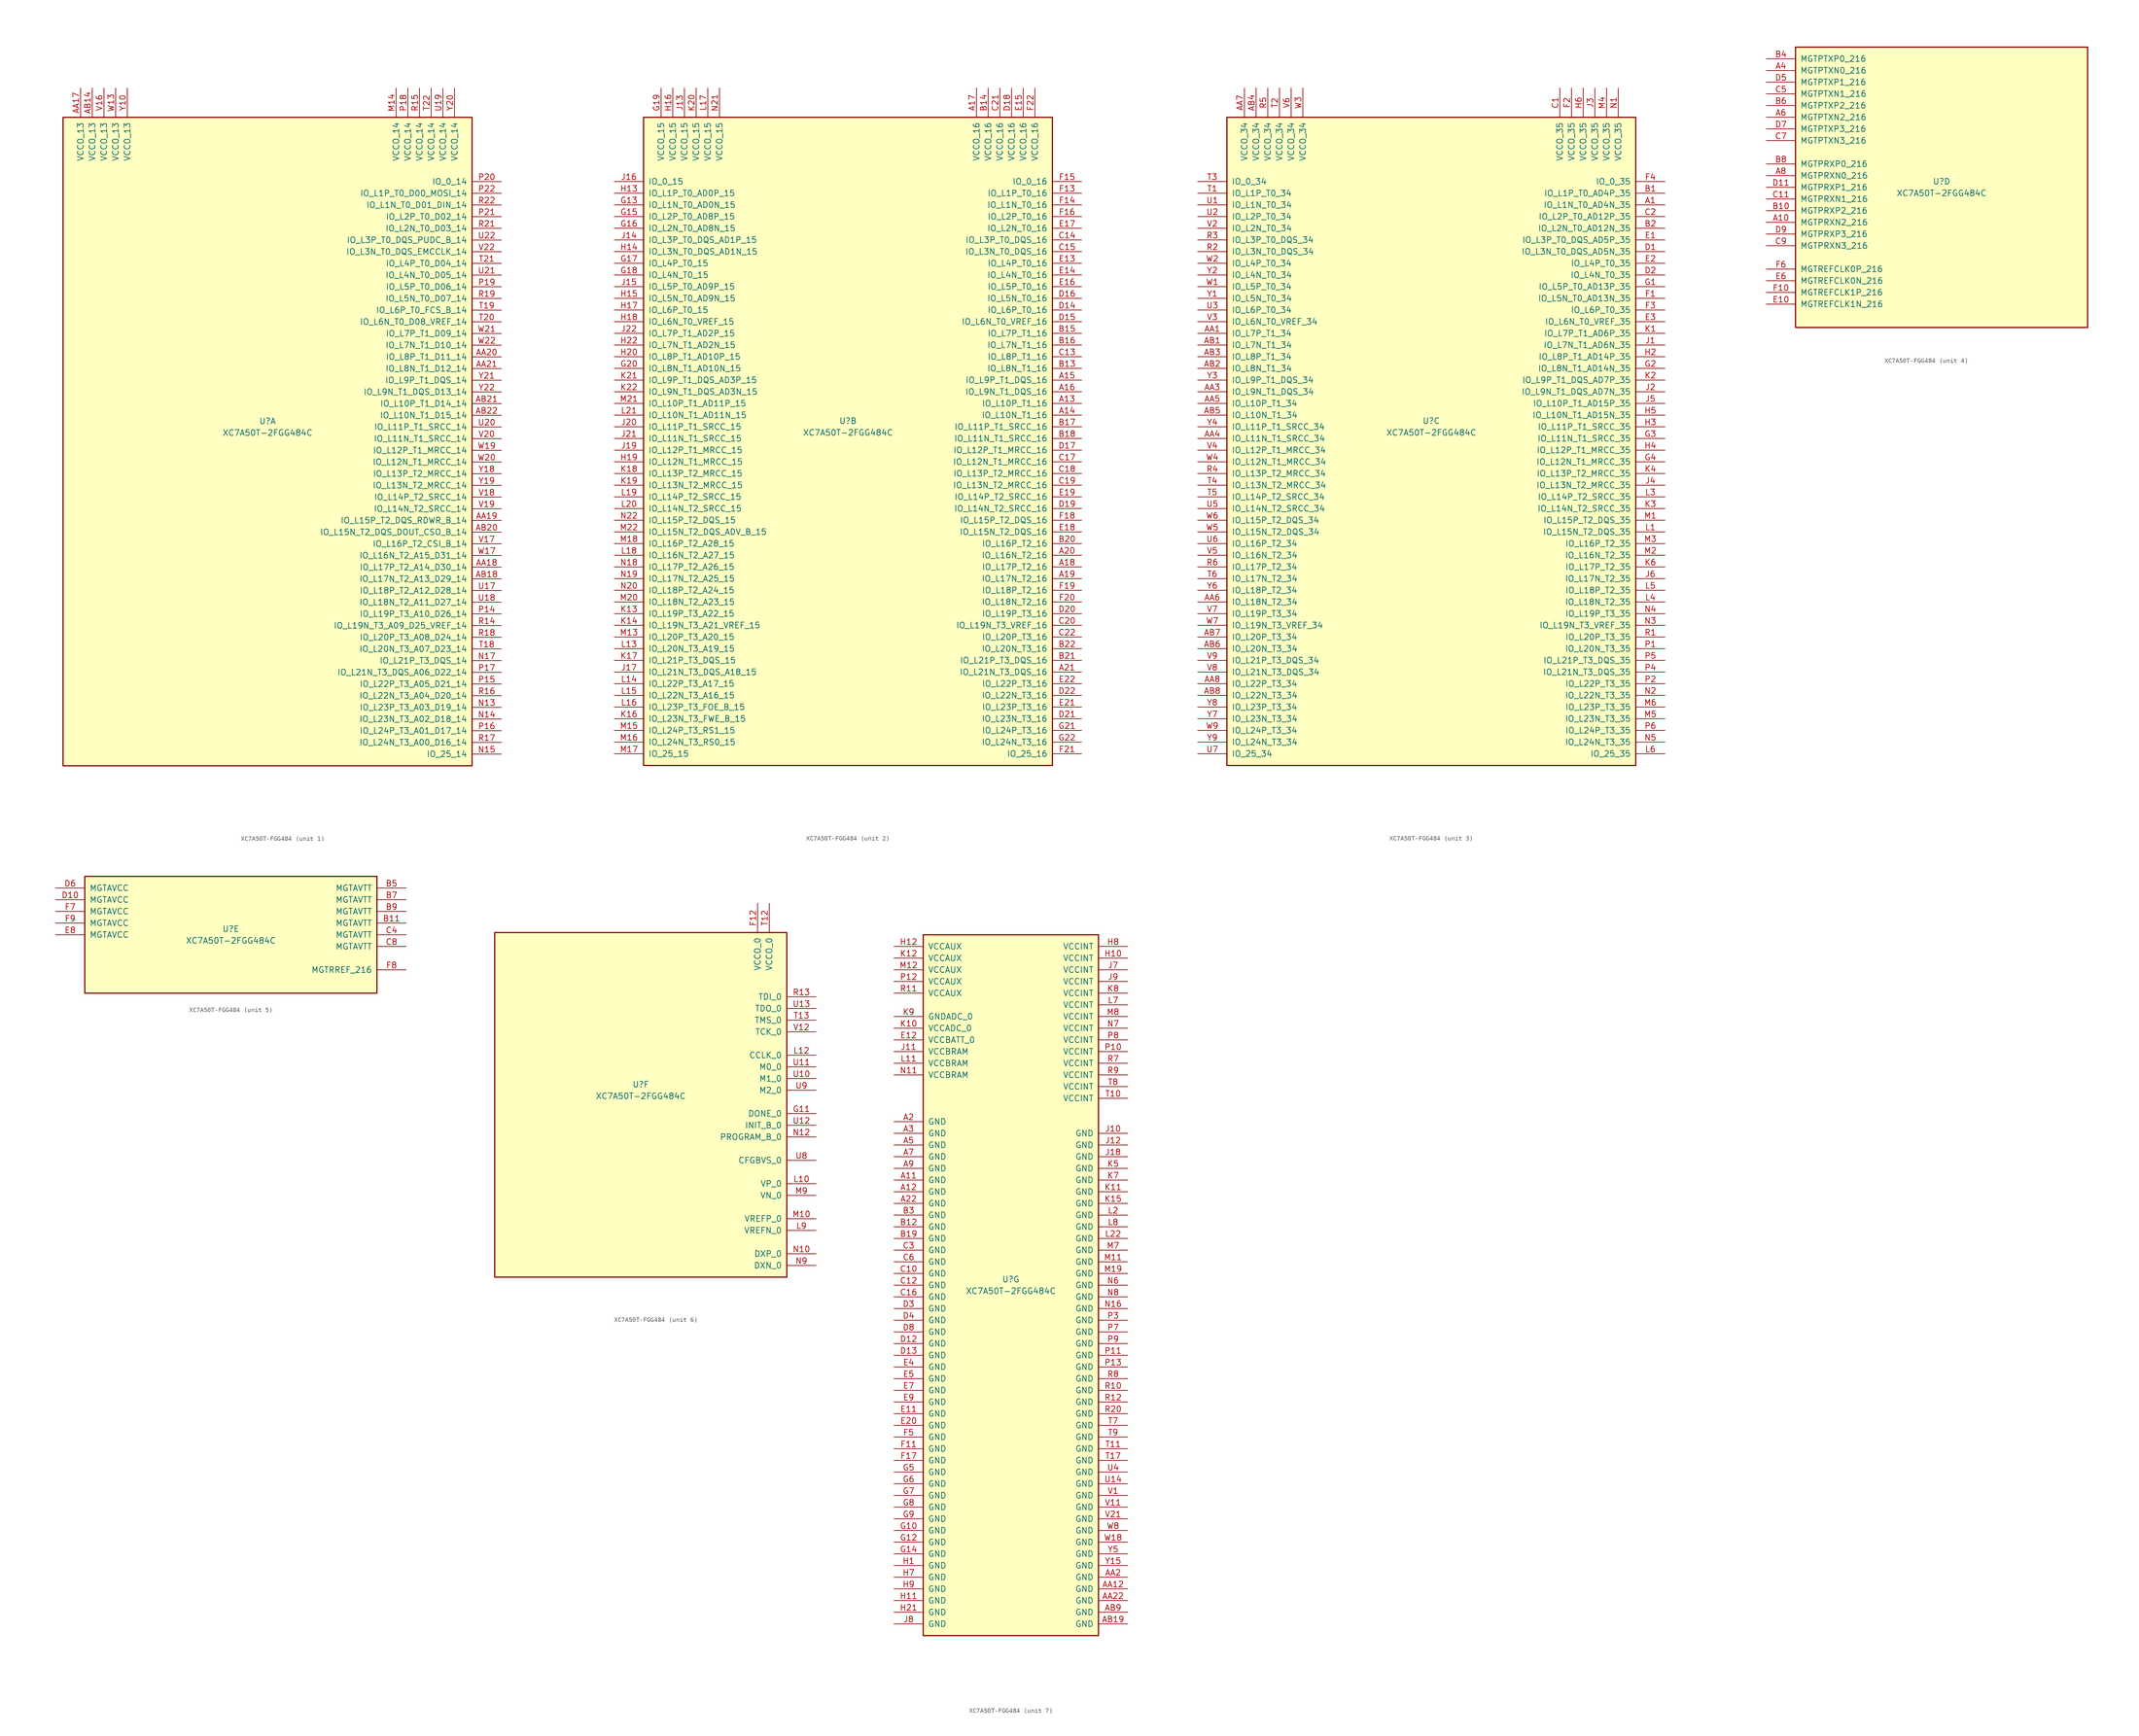
<source format=kicad_sym>
(kicad_symbol_lib
  (version 20241209)
  (generator "kicad_symbol_editor")
  (generator_version "9.0")
  (symbol "XC7A50T-FGG484"
    (pin_names
      (offset 1.016))
    (property "Reference" "U"
      (at 0 1.27 0)
      (effects (font (size 1.27 1.27))))
    (property "Value" "XC7A50T-2FGG484C"
      (at 0 -1.27 0)
      (effects (font (size 1.27 1.27))))
    (property "Datasheet" ""
      (at 0 0 0)
      (effects (font (size 1.27 1.27))))
    (property "ki_locked" ""
      (at 0 0 0)
      (effects (font (size 1.27 1.27))))
    (symbol "XC7A50T-FGG484_1_1"
      (rectangle (start -44.45 67.31) (end 44.45 -73.66) (stroke (width 0.254) (type default)) (fill (type background)))
      (pin power_in line (at -40.64 73.66 270) (length 6.35) (name "VCCO_13" (effects (font (size 1.27 1.27)))) (number "AA17" (effects (font (size 1.27 1.27)))))
      (pin power_in line (at -38.1 73.66 270) (length 6.35) (name "VCCO_13" (effects (font (size 1.27 1.27)))) (number "AB14" (effects (font (size 1.27 1.27)))))
      (pin power_in line (at -35.56 73.66 270) (length 6.35) (name "VCCO_13" (effects (font (size 1.27 1.27)))) (number "V16" (effects (font (size 1.27 1.27)))))
      (pin power_in line (at -33.02 73.66 270) (length 6.35) (name "VCCO_13" (effects (font (size 1.27 1.27)))) (number "W13" (effects (font (size 1.27 1.27)))))
      (pin power_in line (at -30.48 73.66 270) (length 6.35) (name "VCCO_13" (effects (font (size 1.27 1.27)))) (number "Y10" (effects (font (size 1.27 1.27)))))
      (pin power_in line (at 27.94 73.66 270) (length 6.35) (name "VCCO_14" (effects (font (size 1.27 1.27)))) (number "M14" (effects (font (size 1.27 1.27)))))
      (pin power_in line (at 30.48 73.66 270) (length 6.35) (name "VCCO_14" (effects (font (size 1.27 1.27)))) (number "P18" (effects (font (size 1.27 1.27)))))
      (pin power_in line (at 33.02 73.66 270) (length 6.35) (name "VCCO_14" (effects (font (size 1.27 1.27)))) (number "R15" (effects (font (size 1.27 1.27)))))
      (pin power_in line (at 35.56 73.66 270) (length 6.35) (name "VCCO_14" (effects (font (size 1.27 1.27)))) (number "T22" (effects (font (size 1.27 1.27)))))
      (pin power_in line (at 38.1 73.66 270) (length 6.35) (name "VCCO_14" (effects (font (size 1.27 1.27)))) (number "U19" (effects (font (size 1.27 1.27)))))
      (pin power_in line (at 40.64 73.66 270) (length 6.35) (name "VCCO_14" (effects (font (size 1.27 1.27)))) (number "Y20" (effects (font (size 1.27 1.27)))))
      (pin bidirectional line (at 50.8 53.34 180) (length 6.35) (name "IO_0_14" (effects (font (size 1.27 1.27)))) (number "P20" (effects (font (size 1.27 1.27)))))
      (pin bidirectional line (at 50.8 50.8 180) (length 6.35) (name "IO_L1P_T0_D00_MOSI_14" (effects (font (size 1.27 1.27)))) (number "P22" (effects (font (size 1.27 1.27)))))
      (pin bidirectional line (at 50.8 48.26 180) (length 6.35) (name "IO_L1N_T0_D01_DIN_14" (effects (font (size 1.27 1.27)))) (number "R22" (effects (font (size 1.27 1.27)))))
      (pin bidirectional line (at 50.8 45.72 180) (length 6.35) (name "IO_L2P_T0_D02_14" (effects (font (size 1.27 1.27)))) (number "P21" (effects (font (size 1.27 1.27)))))
      (pin bidirectional line (at 50.8 43.18 180) (length 6.35) (name "IO_L2N_T0_D03_14" (effects (font (size 1.27 1.27)))) (number "R21" (effects (font (size 1.27 1.27)))))
      (pin bidirectional line (at 50.8 40.64 180) (length 6.35) (name "IO_L3P_T0_DQS_PUDC_B_14" (effects (font (size 1.27 1.27)))) (number "U22" (effects (font (size 1.27 1.27)))))
      (pin bidirectional line (at 50.8 38.1 180) (length 6.35) (name "IO_L3N_T0_DQS_EMCCLK_14" (effects (font (size 1.27 1.27)))) (number "V22" (effects (font (size 1.27 1.27)))))
      (pin bidirectional line (at 50.8 35.56 180) (length 6.35) (name "IO_L4P_T0_D04_14" (effects (font (size 1.27 1.27)))) (number "T21" (effects (font (size 1.27 1.27)))))
      (pin bidirectional line (at 50.8 33.02 180) (length 6.35) (name "IO_L4N_T0_D05_14" (effects (font (size 1.27 1.27)))) (number "U21" (effects (font (size 1.27 1.27)))))
      (pin bidirectional line (at 50.8 30.48 180) (length 6.35) (name "IO_L5P_T0_D06_14" (effects (font (size 1.27 1.27)))) (number "P19" (effects (font (size 1.27 1.27)))))
      (pin bidirectional line (at 50.8 27.94 180) (length 6.35) (name "IO_L5N_T0_D07_14" (effects (font (size 1.27 1.27)))) (number "R19" (effects (font (size 1.27 1.27)))))
      (pin bidirectional line (at 50.8 25.4 180) (length 6.35) (name "IO_L6P_T0_FCS_B_14" (effects (font (size 1.27 1.27)))) (number "T19" (effects (font (size 1.27 1.27)))))
      (pin bidirectional line (at 50.8 22.86 180) (length 6.35) (name "IO_L6N_T0_D08_VREF_14" (effects (font (size 1.27 1.27)))) (number "T20" (effects (font (size 1.27 1.27)))))
      (pin bidirectional line (at 50.8 20.32 180) (length 6.35) (name "IO_L7P_T1_D09_14" (effects (font (size 1.27 1.27)))) (number "W21" (effects (font (size 1.27 1.27)))))
      (pin bidirectional line (at 50.8 17.78 180) (length 6.35) (name "IO_L7N_T1_D10_14" (effects (font (size 1.27 1.27)))) (number "W22" (effects (font (size 1.27 1.27)))))
      (pin bidirectional line (at 50.8 15.24 180) (length 6.35) (name "IO_L8P_T1_D11_14" (effects (font (size 1.27 1.27)))) (number "AA20" (effects (font (size 1.27 1.27)))))
      (pin bidirectional line (at 50.8 12.7 180) (length 6.35) (name "IO_L8N_T1_D12_14" (effects (font (size 1.27 1.27)))) (number "AA21" (effects (font (size 1.27 1.27)))))
      (pin bidirectional line (at 50.8 10.16 180) (length 6.35) (name "IO_L9P_T1_DQS_14" (effects (font (size 1.27 1.27)))) (number "Y21" (effects (font (size 1.27 1.27)))))
      (pin bidirectional line (at 50.8 7.62 180) (length 6.35) (name "IO_L9N_T1_DQS_D13_14" (effects (font (size 1.27 1.27)))) (number "Y22" (effects (font (size 1.27 1.27)))))
      (pin bidirectional line (at 50.8 5.08 180) (length 6.35) (name "IO_L10P_T1_D14_14" (effects (font (size 1.27 1.27)))) (number "AB21" (effects (font (size 1.27 1.27)))))
      (pin bidirectional line (at 50.8 2.54 180) (length 6.35) (name "IO_L10N_T1_D15_14" (effects (font (size 1.27 1.27)))) (number "AB22" (effects (font (size 1.27 1.27)))))
      (pin bidirectional line (at 50.8 0 180) (length 6.35) (name "IO_L11P_T1_SRCC_14" (effects (font (size 1.27 1.27)))) (number "U20" (effects (font (size 1.27 1.27)))))
      (pin bidirectional line (at 50.8 -2.54 180) (length 6.35) (name "IO_L11N_T1_SRCC_14" (effects (font (size 1.27 1.27)))) (number "V20" (effects (font (size 1.27 1.27)))))
      (pin bidirectional line (at 50.8 -5.08 180) (length 6.35) (name "IO_L12P_T1_MRCC_14" (effects (font (size 1.27 1.27)))) (number "W19" (effects (font (size 1.27 1.27)))))
      (pin bidirectional line (at 50.8 -7.62 180) (length 6.35) (name "IO_L12N_T1_MRCC_14" (effects (font (size 1.27 1.27)))) (number "W20" (effects (font (size 1.27 1.27)))))
      (pin bidirectional line (at 50.8 -10.16 180) (length 6.35) (name "IO_L13P_T2_MRCC_14" (effects (font (size 1.27 1.27)))) (number "Y18" (effects (font (size 1.27 1.27)))))
      (pin bidirectional line (at 50.8 -12.7 180) (length 6.35) (name "IO_L13N_T2_MRCC_14" (effects (font (size 1.27 1.27)))) (number "Y19" (effects (font (size 1.27 1.27)))))
      (pin bidirectional line (at 50.8 -15.24 180) (length 6.35) (name "IO_L14P_T2_SRCC_14" (effects (font (size 1.27 1.27)))) (number "V18" (effects (font (size 1.27 1.27)))))
      (pin bidirectional line (at 50.8 -17.78 180) (length 6.35) (name "IO_L14N_T2_SRCC_14" (effects (font (size 1.27 1.27)))) (number "V19" (effects (font (size 1.27 1.27)))))
      (pin bidirectional line (at 50.8 -20.32 180) (length 6.35) (name "IO_L15P_T2_DQS_RDWR_B_14" (effects (font (size 1.27 1.27)))) (number "AA19" (effects (font (size 1.27 1.27)))))
      (pin bidirectional line (at 50.8 -22.86 180) (length 6.35) (name "IO_L15N_T2_DQS_DOUT_CSO_B_14" (effects (font (size 1.27 1.27)))) (number "AB20" (effects (font (size 1.27 1.27)))))
      (pin bidirectional line (at 50.8 -25.4 180) (length 6.35) (name "IO_L16P_T2_CSI_B_14" (effects (font (size 1.27 1.27)))) (number "V17" (effects (font (size 1.27 1.27)))))
      (pin bidirectional line (at 50.8 -27.94 180) (length 6.35) (name "IO_L16N_T2_A15_D31_14" (effects (font (size 1.27 1.27)))) (number "W17" (effects (font (size 1.27 1.27)))))
      (pin bidirectional line (at 50.8 -30.48 180) (length 6.35) (name "IO_L17P_T2_A14_D30_14" (effects (font (size 1.27 1.27)))) (number "AA18" (effects (font (size 1.27 1.27)))))
      (pin bidirectional line (at 50.8 -33.02 180) (length 6.35) (name "IO_L17N_T2_A13_D29_14" (effects (font (size 1.27 1.27)))) (number "AB18" (effects (font (size 1.27 1.27)))))
      (pin bidirectional line (at 50.8 -35.56 180) (length 6.35) (name "IO_L18P_T2_A12_D28_14" (effects (font (size 1.27 1.27)))) (number "U17" (effects (font (size 1.27 1.27)))))
      (pin bidirectional line (at 50.8 -38.1 180) (length 6.35) (name "IO_L18N_T2_A11_D27_14" (effects (font (size 1.27 1.27)))) (number "U18" (effects (font (size 1.27 1.27)))))
      (pin bidirectional line (at 50.8 -40.64 180) (length 6.35) (name "IO_L19P_T3_A10_D26_14" (effects (font (size 1.27 1.27)))) (number "P14" (effects (font (size 1.27 1.27)))))
      (pin bidirectional line (at 50.8 -43.18 180) (length 6.35) (name "IO_L19N_T3_A09_D25_VREF_14" (effects (font (size 1.27 1.27)))) (number "R14" (effects (font (size 1.27 1.27)))))
      (pin bidirectional line (at 50.8 -45.72 180) (length 6.35) (name "IO_L20P_T3_A08_D24_14" (effects (font (size 1.27 1.27)))) (number "R18" (effects (font (size 1.27 1.27)))))
      (pin bidirectional line (at 50.8 -48.26 180) (length 6.35) (name "IO_L20N_T3_A07_D23_14" (effects (font (size 1.27 1.27)))) (number "T18" (effects (font (size 1.27 1.27)))))
      (pin bidirectional line (at 50.8 -50.8 180) (length 6.35) (name "IO_L21P_T3_DQS_14" (effects (font (size 1.27 1.27)))) (number "N17" (effects (font (size 1.27 1.27)))))
      (pin bidirectional line (at 50.8 -53.34 180) (length 6.35) (name "IO_L21N_T3_DQS_A06_D22_14" (effects (font (size 1.27 1.27)))) (number "P17" (effects (font (size 1.27 1.27)))))
      (pin bidirectional line (at 50.8 -55.88 180) (length 6.35) (name "IO_L22P_T3_A05_D21_14" (effects (font (size 1.27 1.27)))) (number "P15" (effects (font (size 1.27 1.27)))))
      (pin bidirectional line (at 50.8 -58.42 180) (length 6.35) (name "IO_L22N_T3_A04_D20_14" (effects (font (size 1.27 1.27)))) (number "R16" (effects (font (size 1.27 1.27)))))
      (pin bidirectional line (at 50.8 -60.96 180) (length 6.35) (name "IO_L23P_T3_A03_D19_14" (effects (font (size 1.27 1.27)))) (number "N13" (effects (font (size 1.27 1.27)))))
      (pin bidirectional line (at 50.8 -63.5 180) (length 6.35) (name "IO_L23N_T3_A02_D18_14" (effects (font (size 1.27 1.27)))) (number "N14" (effects (font (size 1.27 1.27)))))
      (pin bidirectional line (at 50.8 -66.04 180) (length 6.35) (name "IO_L24P_T3_A01_D17_14" (effects (font (size 1.27 1.27)))) (number "P16" (effects (font (size 1.27 1.27)))))
      (pin bidirectional line (at 50.8 -68.58 180) (length 6.35) (name "IO_L24N_T3_A00_D16_14" (effects (font (size 1.27 1.27)))) (number "R17" (effects (font (size 1.27 1.27)))))
      (pin bidirectional line (at 50.8 -71.12 180) (length 6.35) (name "IO_25_14" (effects (font (size 1.27 1.27)))) (number "N15" (effects (font (size 1.27 1.27))))))
    (symbol "XC7A50T-FGG484_2_1"
      (rectangle (start -44.45 67.31) (end 44.45 -73.66) (stroke (width 0.254) (type default)) (fill (type background)))
      (pin bidirectional line (at -50.8 53.34 0) (length 6.35) (name "IO_0_15" (effects (font (size 1.27 1.27)))) (number "J16" (effects (font (size 1.27 1.27)))))
      (pin bidirectional line (at -50.8 50.8 0) (length 6.35) (name "IO_L1P_T0_AD0P_15" (effects (font (size 1.27 1.27)))) (number "H13" (effects (font (size 1.27 1.27)))))
      (pin bidirectional line (at -50.8 48.26 0) (length 6.35) (name "IO_L1N_T0_AD0N_15" (effects (font (size 1.27 1.27)))) (number "G13" (effects (font (size 1.27 1.27)))))
      (pin bidirectional line (at -50.8 45.72 0) (length 6.35) (name "IO_L2P_T0_AD8P_15" (effects (font (size 1.27 1.27)))) (number "G15" (effects (font (size 1.27 1.27)))))
      (pin bidirectional line (at -50.8 43.18 0) (length 6.35) (name "IO_L2N_T0_AD8N_15" (effects (font (size 1.27 1.27)))) (number "G16" (effects (font (size 1.27 1.27)))))
      (pin bidirectional line (at -50.8 40.64 0) (length 6.35) (name "IO_L3P_T0_DQS_AD1P_15" (effects (font (size 1.27 1.27)))) (number "J14" (effects (font (size 1.27 1.27)))))
      (pin bidirectional line (at -50.8 38.1 0) (length 6.35) (name "IO_L3N_T0_DQS_AD1N_15" (effects (font (size 1.27 1.27)))) (number "H14" (effects (font (size 1.27 1.27)))))
      (pin bidirectional line (at -50.8 35.56 0) (length 6.35) (name "IO_L4P_T0_15" (effects (font (size 1.27 1.27)))) (number "G17" (effects (font (size 1.27 1.27)))))
      (pin bidirectional line (at -50.8 33.02 0) (length 6.35) (name "IO_L4N_T0_15" (effects (font (size 1.27 1.27)))) (number "G18" (effects (font (size 1.27 1.27)))))
      (pin bidirectional line (at -50.8 30.48 0) (length 6.35) (name "IO_L5P_T0_AD9P_15" (effects (font (size 1.27 1.27)))) (number "J15" (effects (font (size 1.27 1.27)))))
      (pin bidirectional line (at -50.8 27.94 0) (length 6.35) (name "IO_L5N_T0_AD9N_15" (effects (font (size 1.27 1.27)))) (number "H15" (effects (font (size 1.27 1.27)))))
      (pin bidirectional line (at -50.8 25.4 0) (length 6.35) (name "IO_L6P_T0_15" (effects (font (size 1.27 1.27)))) (number "H17" (effects (font (size 1.27 1.27)))))
      (pin bidirectional line (at -50.8 22.86 0) (length 6.35) (name "IO_L6N_T0_VREF_15" (effects (font (size 1.27 1.27)))) (number "H18" (effects (font (size 1.27 1.27)))))
      (pin bidirectional line (at -50.8 20.32 0) (length 6.35) (name "IO_L7P_T1_AD2P_15" (effects (font (size 1.27 1.27)))) (number "J22" (effects (font (size 1.27 1.27)))))
      (pin bidirectional line (at -50.8 17.78 0) (length 6.35) (name "IO_L7N_T1_AD2N_15" (effects (font (size 1.27 1.27)))) (number "H22" (effects (font (size 1.27 1.27)))))
      (pin bidirectional line (at -50.8 15.24 0) (length 6.35) (name "IO_L8P_T1_AD10P_15" (effects (font (size 1.27 1.27)))) (number "H20" (effects (font (size 1.27 1.27)))))
      (pin bidirectional line (at -50.8 12.7 0) (length 6.35) (name "IO_L8N_T1_AD10N_15" (effects (font (size 1.27 1.27)))) (number "G20" (effects (font (size 1.27 1.27)))))
      (pin bidirectional line (at -50.8 10.16 0) (length 6.35) (name "IO_L9P_T1_DQS_AD3P_15" (effects (font (size 1.27 1.27)))) (number "K21" (effects (font (size 1.27 1.27)))))
      (pin bidirectional line (at -50.8 7.62 0) (length 6.35) (name "IO_L9N_T1_DQS_AD3N_15" (effects (font (size 1.27 1.27)))) (number "K22" (effects (font (size 1.27 1.27)))))
      (pin bidirectional line (at -50.8 5.08 0) (length 6.35) (name "IO_L10P_T1_AD11P_15" (effects (font (size 1.27 1.27)))) (number "M21" (effects (font (size 1.27 1.27)))))
      (pin bidirectional line (at -50.8 2.54 0) (length 6.35) (name "IO_L10N_T1_AD11N_15" (effects (font (size 1.27 1.27)))) (number "L21" (effects (font (size 1.27 1.27)))))
      (pin bidirectional line (at -50.8 0 0) (length 6.35) (name "IO_L11P_T1_SRCC_15" (effects (font (size 1.27 1.27)))) (number "J20" (effects (font (size 1.27 1.27)))))
      (pin bidirectional line (at -50.8 -2.54 0) (length 6.35) (name "IO_L11N_T1_SRCC_15" (effects (font (size 1.27 1.27)))) (number "J21" (effects (font (size 1.27 1.27)))))
      (pin bidirectional line (at -50.8 -5.08 0) (length 6.35) (name "IO_L12P_T1_MRCC_15" (effects (font (size 1.27 1.27)))) (number "J19" (effects (font (size 1.27 1.27)))))
      (pin bidirectional line (at -50.8 -7.62 0) (length 6.35) (name "IO_L12N_T1_MRCC_15" (effects (font (size 1.27 1.27)))) (number "H19" (effects (font (size 1.27 1.27)))))
      (pin bidirectional line (at -50.8 -10.16 0) (length 6.35) (name "IO_L13P_T2_MRCC_15" (effects (font (size 1.27 1.27)))) (number "K18" (effects (font (size 1.27 1.27)))))
      (pin bidirectional line (at -50.8 -12.7 0) (length 6.35) (name "IO_L13N_T2_MRCC_15" (effects (font (size 1.27 1.27)))) (number "K19" (effects (font (size 1.27 1.27)))))
      (pin bidirectional line (at -50.8 -15.24 0) (length 6.35) (name "IO_L14P_T2_SRCC_15" (effects (font (size 1.27 1.27)))) (number "L19" (effects (font (size 1.27 1.27)))))
      (pin bidirectional line (at -50.8 -17.78 0) (length 6.35) (name "IO_L14N_T2_SRCC_15" (effects (font (size 1.27 1.27)))) (number "L20" (effects (font (size 1.27 1.27)))))
      (pin bidirectional line (at -50.8 -20.32 0) (length 6.35) (name "IO_L15P_T2_DQS_15" (effects (font (size 1.27 1.27)))) (number "N22" (effects (font (size 1.27 1.27)))))
      (pin bidirectional line (at -50.8 -22.86 0) (length 6.35) (name "IO_L15N_T2_DQS_ADV_B_15" (effects (font (size 1.27 1.27)))) (number "M22" (effects (font (size 1.27 1.27)))))
      (pin bidirectional line (at -50.8 -25.4 0) (length 6.35) (name "IO_L16P_T2_A28_15" (effects (font (size 1.27 1.27)))) (number "M18" (effects (font (size 1.27 1.27)))))
      (pin bidirectional line (at -50.8 -27.94 0) (length 6.35) (name "IO_L16N_T2_A27_15" (effects (font (size 1.27 1.27)))) (number "L18" (effects (font (size 1.27 1.27)))))
      (pin bidirectional line (at -50.8 -30.48 0) (length 6.35) (name "IO_L17P_T2_A26_15" (effects (font (size 1.27 1.27)))) (number "N18" (effects (font (size 1.27 1.27)))))
      (pin bidirectional line (at -50.8 -33.02 0) (length 6.35) (name "IO_L17N_T2_A25_15" (effects (font (size 1.27 1.27)))) (number "N19" (effects (font (size 1.27 1.27)))))
      (pin bidirectional line (at -50.8 -35.56 0) (length 6.35) (name "IO_L18P_T2_A24_15" (effects (font (size 1.27 1.27)))) (number "N20" (effects (font (size 1.27 1.27)))))
      (pin bidirectional line (at -50.8 -38.1 0) (length 6.35) (name "IO_L18N_T2_A23_15" (effects (font (size 1.27 1.27)))) (number "M20" (effects (font (size 1.27 1.27)))))
      (pin bidirectional line (at -50.8 -40.64 0) (length 6.35) (name "IO_L19P_T3_A22_15" (effects (font (size 1.27 1.27)))) (number "K13" (effects (font (size 1.27 1.27)))))
      (pin bidirectional line (at -50.8 -43.18 0) (length 6.35) (name "IO_L19N_T3_A21_VREF_15" (effects (font (size 1.27 1.27)))) (number "K14" (effects (font (size 1.27 1.27)))))
      (pin bidirectional line (at -50.8 -45.72 0) (length 6.35) (name "IO_L20P_T3_A20_15" (effects (font (size 1.27 1.27)))) (number "M13" (effects (font (size 1.27 1.27)))))
      (pin bidirectional line (at -50.8 -48.26 0) (length 6.35) (name "IO_L20N_T3_A19_15" (effects (font (size 1.27 1.27)))) (number "L13" (effects (font (size 1.27 1.27)))))
      (pin bidirectional line (at -50.8 -50.8 0) (length 6.35) (name "IO_L21P_T3_DQS_15" (effects (font (size 1.27 1.27)))) (number "K17" (effects (font (size 1.27 1.27)))))
      (pin bidirectional line (at -50.8 -53.34 0) (length 6.35) (name "IO_L21N_T3_DQS_A18_15" (effects (font (size 1.27 1.27)))) (number "J17" (effects (font (size 1.27 1.27)))))
      (pin bidirectional line (at -50.8 -55.88 0) (length 6.35) (name "IO_L22P_T3_A17_15" (effects (font (size 1.27 1.27)))) (number "L14" (effects (font (size 1.27 1.27)))))
      (pin bidirectional line (at -50.8 -58.42 0) (length 6.35) (name "IO_L22N_T3_A16_15" (effects (font (size 1.27 1.27)))) (number "L15" (effects (font (size 1.27 1.27)))))
      (pin bidirectional line (at -50.8 -60.96 0) (length 6.35) (name "IO_L23P_T3_FOE_B_15" (effects (font (size 1.27 1.27)))) (number "L16" (effects (font (size 1.27 1.27)))))
      (pin bidirectional line (at -50.8 -63.5 0) (length 6.35) (name "IO_L23N_T3_FWE_B_15" (effects (font (size 1.27 1.27)))) (number "K16" (effects (font (size 1.27 1.27)))))
      (pin bidirectional line (at -50.8 -66.04 0) (length 6.35) (name "IO_L24P_T3_RS1_15" (effects (font (size 1.27 1.27)))) (number "M15" (effects (font (size 1.27 1.27)))))
      (pin bidirectional line (at -50.8 -68.58 0) (length 6.35) (name "IO_L24N_T3_RS0_15" (effects (font (size 1.27 1.27)))) (number "M16" (effects (font (size 1.27 1.27)))))
      (pin bidirectional line (at -50.8 -71.12 0) (length 6.35) (name "IO_25_15" (effects (font (size 1.27 1.27)))) (number "M17" (effects (font (size 1.27 1.27)))))
      (pin power_in line (at -40.64 73.66 270) (length 6.35) (name "VCCO_15" (effects (font (size 1.27 1.27)))) (number "G19" (effects (font (size 1.27 1.27)))))
      (pin power_in line (at -38.1 73.66 270) (length 6.35) (name "VCCO_15" (effects (font (size 1.27 1.27)))) (number "H16" (effects (font (size 1.27 1.27)))))
      (pin power_in line (at -35.56 73.66 270) (length 6.35) (name "VCCO_15" (effects (font (size 1.27 1.27)))) (number "J13" (effects (font (size 1.27 1.27)))))
      (pin power_in line (at -33.02 73.66 270) (length 6.35) (name "VCCO_15" (effects (font (size 1.27 1.27)))) (number "K20" (effects (font (size 1.27 1.27)))))
      (pin power_in line (at -30.48 73.66 270) (length 6.35) (name "VCCO_15" (effects (font (size 1.27 1.27)))) (number "L17" (effects (font (size 1.27 1.27)))))
      (pin power_in line (at -27.94 73.66 270) (length 6.35) (name "VCCO_15" (effects (font (size 1.27 1.27)))) (number "N21" (effects (font (size 1.27 1.27)))))
      (pin power_in line (at 27.94 73.66 270) (length 6.35) (name "VCCO_16" (effects (font (size 1.27 1.27)))) (number "A17" (effects (font (size 1.27 1.27)))))
      (pin power_in line (at 30.48 73.66 270) (length 6.35) (name "VCCO_16" (effects (font (size 1.27 1.27)))) (number "B14" (effects (font (size 1.27 1.27)))))
      (pin power_in line (at 33.02 73.66 270) (length 6.35) (name "VCCO_16" (effects (font (size 1.27 1.27)))) (number "C21" (effects (font (size 1.27 1.27)))))
      (pin power_in line (at 35.56 73.66 270) (length 6.35) (name "VCCO_16" (effects (font (size 1.27 1.27)))) (number "D18" (effects (font (size 1.27 1.27)))))
      (pin power_in line (at 38.1 73.66 270) (length 6.35) (name "VCCO_16" (effects (font (size 1.27 1.27)))) (number "E15" (effects (font (size 1.27 1.27)))))
      (pin power_in line (at 40.64 73.66 270) (length 6.35) (name "VCCO_16" (effects (font (size 1.27 1.27)))) (number "F22" (effects (font (size 1.27 1.27)))))
      (pin bidirectional line (at 50.8 53.34 180) (length 6.35) (name "IO_0_16" (effects (font (size 1.27 1.27)))) (number "F15" (effects (font (size 1.27 1.27)))))
      (pin bidirectional line (at 50.8 50.8 180) (length 6.35) (name "IO_L1P_T0_16" (effects (font (size 1.27 1.27)))) (number "F13" (effects (font (size 1.27 1.27)))))
      (pin bidirectional line (at 50.8 48.26 180) (length 6.35) (name "IO_L1N_T0_16" (effects (font (size 1.27 1.27)))) (number "F14" (effects (font (size 1.27 1.27)))))
      (pin bidirectional line (at 50.8 45.72 180) (length 6.35) (name "IO_L2P_T0_16" (effects (font (size 1.27 1.27)))) (number "F16" (effects (font (size 1.27 1.27)))))
      (pin bidirectional line (at 50.8 43.18 180) (length 6.35) (name "IO_L2N_T0_16" (effects (font (size 1.27 1.27)))) (number "E17" (effects (font (size 1.27 1.27)))))
      (pin bidirectional line (at 50.8 40.64 180) (length 6.35) (name "IO_L3P_T0_DQS_16" (effects (font (size 1.27 1.27)))) (number "C14" (effects (font (size 1.27 1.27)))))
      (pin bidirectional line (at 50.8 38.1 180) (length 6.35) (name "IO_L3N_T0_DQS_16" (effects (font (size 1.27 1.27)))) (number "C15" (effects (font (size 1.27 1.27)))))
      (pin bidirectional line (at 50.8 35.56 180) (length 6.35) (name "IO_L4P_T0_16" (effects (font (size 1.27 1.27)))) (number "E13" (effects (font (size 1.27 1.27)))))
      (pin bidirectional line (at 50.8 33.02 180) (length 6.35) (name "IO_L4N_T0_16" (effects (font (size 1.27 1.27)))) (number "E14" (effects (font (size 1.27 1.27)))))
      (pin bidirectional line (at 50.8 30.48 180) (length 6.35) (name "IO_L5P_T0_16" (effects (font (size 1.27 1.27)))) (number "E16" (effects (font (size 1.27 1.27)))))
      (pin bidirectional line (at 50.8 27.94 180) (length 6.35) (name "IO_L5N_T0_16" (effects (font (size 1.27 1.27)))) (number "D16" (effects (font (size 1.27 1.27)))))
      (pin bidirectional line (at 50.8 25.4 180) (length 6.35) (name "IO_L6P_T0_16" (effects (font (size 1.27 1.27)))) (number "D14" (effects (font (size 1.27 1.27)))))
      (pin bidirectional line (at 50.8 22.86 180) (length 6.35) (name "IO_L6N_T0_VREF_16" (effects (font (size 1.27 1.27)))) (number "D15" (effects (font (size 1.27 1.27)))))
      (pin bidirectional line (at 50.8 20.32 180) (length 6.35) (name "IO_L7P_T1_16" (effects (font (size 1.27 1.27)))) (number "B15" (effects (font (size 1.27 1.27)))))
      (pin bidirectional line (at 50.8 17.78 180) (length 6.35) (name "IO_L7N_T1_16" (effects (font (size 1.27 1.27)))) (number "B16" (effects (font (size 1.27 1.27)))))
      (pin bidirectional line (at 50.8 15.24 180) (length 6.35) (name "IO_L8P_T1_16" (effects (font (size 1.27 1.27)))) (number "C13" (effects (font (size 1.27 1.27)))))
      (pin bidirectional line (at 50.8 12.7 180) (length 6.35) (name "IO_L8N_T1_16" (effects (font (size 1.27 1.27)))) (number "B13" (effects (font (size 1.27 1.27)))))
      (pin bidirectional line (at 50.8 10.16 180) (length 6.35) (name "IO_L9P_T1_DQS_16" (effects (font (size 1.27 1.27)))) (number "A15" (effects (font (size 1.27 1.27)))))
      (pin bidirectional line (at 50.8 7.62 180) (length 6.35) (name "IO_L9N_T1_DQS_16" (effects (font (size 1.27 1.27)))) (number "A16" (effects (font (size 1.27 1.27)))))
      (pin bidirectional line (at 50.8 5.08 180) (length 6.35) (name "IO_L10P_T1_16" (effects (font (size 1.27 1.27)))) (number "A13" (effects (font (size 1.27 1.27)))))
      (pin bidirectional line (at 50.8 2.54 180) (length 6.35) (name "IO_L10N_T1_16" (effects (font (size 1.27 1.27)))) (number "A14" (effects (font (size 1.27 1.27)))))
      (pin bidirectional line (at 50.8 0 180) (length 6.35) (name "IO_L11P_T1_SRCC_16" (effects (font (size 1.27 1.27)))) (number "B17" (effects (font (size 1.27 1.27)))))
      (pin bidirectional line (at 50.8 -2.54 180) (length 6.35) (name "IO_L11N_T1_SRCC_16" (effects (font (size 1.27 1.27)))) (number "B18" (effects (font (size 1.27 1.27)))))
      (pin bidirectional line (at 50.8 -5.08 180) (length 6.35) (name "IO_L12P_T1_MRCC_16" (effects (font (size 1.27 1.27)))) (number "D17" (effects (font (size 1.27 1.27)))))
      (pin bidirectional line (at 50.8 -7.62 180) (length 6.35) (name "IO_L12N_T1_MRCC_16" (effects (font (size 1.27 1.27)))) (number "C17" (effects (font (size 1.27 1.27)))))
      (pin bidirectional line (at 50.8 -10.16 180) (length 6.35) (name "IO_L13P_T2_MRCC_16" (effects (font (size 1.27 1.27)))) (number "C18" (effects (font (size 1.27 1.27)))))
      (pin bidirectional line (at 50.8 -12.7 180) (length 6.35) (name "IO_L13N_T2_MRCC_16" (effects (font (size 1.27 1.27)))) (number "C19" (effects (font (size 1.27 1.27)))))
      (pin bidirectional line (at 50.8 -15.24 180) (length 6.35) (name "IO_L14P_T2_SRCC_16" (effects (font (size 1.27 1.27)))) (number "E19" (effects (font (size 1.27 1.27)))))
      (pin bidirectional line (at 50.8 -17.78 180) (length 6.35) (name "IO_L14N_T2_SRCC_16" (effects (font (size 1.27 1.27)))) (number "D19" (effects (font (size 1.27 1.27)))))
      (pin bidirectional line (at 50.8 -20.32 180) (length 6.35) (name "IO_L15P_T2_DQS_16" (effects (font (size 1.27 1.27)))) (number "F18" (effects (font (size 1.27 1.27)))))
      (pin bidirectional line (at 50.8 -22.86 180) (length 6.35) (name "IO_L15N_T2_DQS_16" (effects (font (size 1.27 1.27)))) (number "E18" (effects (font (size 1.27 1.27)))))
      (pin bidirectional line (at 50.8 -25.4 180) (length 6.35) (name "IO_L16P_T2_16" (effects (font (size 1.27 1.27)))) (number "B20" (effects (font (size 1.27 1.27)))))
      (pin bidirectional line (at 50.8 -27.94 180) (length 6.35) (name "IO_L16N_T2_16" (effects (font (size 1.27 1.27)))) (number "A20" (effects (font (size 1.27 1.27)))))
      (pin bidirectional line (at 50.8 -30.48 180) (length 6.35) (name "IO_L17P_T2_16" (effects (font (size 1.27 1.27)))) (number "A18" (effects (font (size 1.27 1.27)))))
      (pin bidirectional line (at 50.8 -33.02 180) (length 6.35) (name "IO_L17N_T2_16" (effects (font (size 1.27 1.27)))) (number "A19" (effects (font (size 1.27 1.27)))))
      (pin bidirectional line (at 50.8 -35.56 180) (length 6.35) (name "IO_L18P_T2_16" (effects (font (size 1.27 1.27)))) (number "F19" (effects (font (size 1.27 1.27)))))
      (pin bidirectional line (at 50.8 -38.1 180) (length 6.35) (name "IO_L18N_T2_16" (effects (font (size 1.27 1.27)))) (number "F20" (effects (font (size 1.27 1.27)))))
      (pin bidirectional line (at 50.8 -40.64 180) (length 6.35) (name "IO_L19P_T3_16" (effects (font (size 1.27 1.27)))) (number "D20" (effects (font (size 1.27 1.27)))))
      (pin bidirectional line (at 50.8 -43.18 180) (length 6.35) (name "IO_L19N_T3_VREF_16" (effects (font (size 1.27 1.27)))) (number "C20" (effects (font (size 1.27 1.27)))))
      (pin bidirectional line (at 50.8 -45.72 180) (length 6.35) (name "IO_L20P_T3_16" (effects (font (size 1.27 1.27)))) (number "C22" (effects (font (size 1.27 1.27)))))
      (pin bidirectional line (at 50.8 -48.26 180) (length 6.35) (name "IO_L20N_T3_16" (effects (font (size 1.27 1.27)))) (number "B22" (effects (font (size 1.27 1.27)))))
      (pin bidirectional line (at 50.8 -50.8 180) (length 6.35) (name "IO_L21P_T3_DQS_16" (effects (font (size 1.27 1.27)))) (number "B21" (effects (font (size 1.27 1.27)))))
      (pin bidirectional line (at 50.8 -53.34 180) (length 6.35) (name "IO_L21N_T3_DQS_16" (effects (font (size 1.27 1.27)))) (number "A21" (effects (font (size 1.27 1.27)))))
      (pin bidirectional line (at 50.8 -55.88 180) (length 6.35) (name "IO_L22P_T3_16" (effects (font (size 1.27 1.27)))) (number "E22" (effects (font (size 1.27 1.27)))))
      (pin bidirectional line (at 50.8 -58.42 180) (length 6.35) (name "IO_L22N_T3_16" (effects (font (size 1.27 1.27)))) (number "D22" (effects (font (size 1.27 1.27)))))
      (pin bidirectional line (at 50.8 -60.96 180) (length 6.35) (name "IO_L23P_T3_16" (effects (font (size 1.27 1.27)))) (number "E21" (effects (font (size 1.27 1.27)))))
      (pin bidirectional line (at 50.8 -63.5 180) (length 6.35) (name "IO_L23N_T3_16" (effects (font (size 1.27 1.27)))) (number "D21" (effects (font (size 1.27 1.27)))))
      (pin bidirectional line (at 50.8 -66.04 180) (length 6.35) (name "IO_L24P_T3_16" (effects (font (size 1.27 1.27)))) (number "G21" (effects (font (size 1.27 1.27)))))
      (pin bidirectional line (at 50.8 -68.58 180) (length 6.35) (name "IO_L24N_T3_16" (effects (font (size 1.27 1.27)))) (number "G22" (effects (font (size 1.27 1.27)))))
      (pin bidirectional line (at 50.8 -71.12 180) (length 6.35) (name "IO_25_16" (effects (font (size 1.27 1.27)))) (number "F21" (effects (font (size 1.27 1.27))))))
    (symbol "XC7A50T-FGG484_3_1"
      (rectangle (start -44.45 67.31) (end 44.45 -73.66) (stroke (width 0.254) (type default)) (fill (type background)))
      (pin bidirectional line (at -50.8 53.34 0) (length 6.35) (name "IO_0_34" (effects (font (size 1.27 1.27)))) (number "T3" (effects (font (size 1.27 1.27)))))
      (pin bidirectional line (at -50.8 50.8 0) (length 6.35) (name "IO_L1P_T0_34" (effects (font (size 1.27 1.27)))) (number "T1" (effects (font (size 1.27 1.27)))))
      (pin bidirectional line (at -50.8 48.26 0) (length 6.35) (name "IO_L1N_T0_34" (effects (font (size 1.27 1.27)))) (number "U1" (effects (font (size 1.27 1.27)))))
      (pin bidirectional line (at -50.8 45.72 0) (length 6.35) (name "IO_L2P_T0_34" (effects (font (size 1.27 1.27)))) (number "U2" (effects (font (size 1.27 1.27)))))
      (pin bidirectional line (at -50.8 43.18 0) (length 6.35) (name "IO_L2N_T0_34" (effects (font (size 1.27 1.27)))) (number "V2" (effects (font (size 1.27 1.27)))))
      (pin bidirectional line (at -50.8 40.64 0) (length 6.35) (name "IO_L3P_T0_DQS_34" (effects (font (size 1.27 1.27)))) (number "R3" (effects (font (size 1.27 1.27)))))
      (pin bidirectional line (at -50.8 38.1 0) (length 6.35) (name "IO_L3N_T0_DQS_34" (effects (font (size 1.27 1.27)))) (number "R2" (effects (font (size 1.27 1.27)))))
      (pin bidirectional line (at -50.8 35.56 0) (length 6.35) (name "IO_L4P_T0_34" (effects (font (size 1.27 1.27)))) (number "W2" (effects (font (size 1.27 1.27)))))
      (pin bidirectional line (at -50.8 33.02 0) (length 6.35) (name "IO_L4N_T0_34" (effects (font (size 1.27 1.27)))) (number "Y2" (effects (font (size 1.27 1.27)))))
      (pin bidirectional line (at -50.8 30.48 0) (length 6.35) (name "IO_L5P_T0_34" (effects (font (size 1.27 1.27)))) (number "W1" (effects (font (size 1.27 1.27)))))
      (pin bidirectional line (at -50.8 27.94 0) (length 6.35) (name "IO_L5N_T0_34" (effects (font (size 1.27 1.27)))) (number "Y1" (effects (font (size 1.27 1.27)))))
      (pin bidirectional line (at -50.8 25.4 0) (length 6.35) (name "IO_L6P_T0_34" (effects (font (size 1.27 1.27)))) (number "U3" (effects (font (size 1.27 1.27)))))
      (pin bidirectional line (at -50.8 22.86 0) (length 6.35) (name "IO_L6N_T0_VREF_34" (effects (font (size 1.27 1.27)))) (number "V3" (effects (font (size 1.27 1.27)))))
      (pin bidirectional line (at -50.8 20.32 0) (length 6.35) (name "IO_L7P_T1_34" (effects (font (size 1.27 1.27)))) (number "AA1" (effects (font (size 1.27 1.27)))))
      (pin bidirectional line (at -50.8 17.78 0) (length 6.35) (name "IO_L7N_T1_34" (effects (font (size 1.27 1.27)))) (number "AB1" (effects (font (size 1.27 1.27)))))
      (pin bidirectional line (at -50.8 15.24 0) (length 6.35) (name "IO_L8P_T1_34" (effects (font (size 1.27 1.27)))) (number "AB3" (effects (font (size 1.27 1.27)))))
      (pin bidirectional line (at -50.8 12.7 0) (length 6.35) (name "IO_L8N_T1_34" (effects (font (size 1.27 1.27)))) (number "AB2" (effects (font (size 1.27 1.27)))))
      (pin bidirectional line (at -50.8 10.16 0) (length 6.35) (name "IO_L9P_T1_DQS_34" (effects (font (size 1.27 1.27)))) (number "Y3" (effects (font (size 1.27 1.27)))))
      (pin bidirectional line (at -50.8 7.62 0) (length 6.35) (name "IO_L9N_T1_DQS_34" (effects (font (size 1.27 1.27)))) (number "AA3" (effects (font (size 1.27 1.27)))))
      (pin bidirectional line (at -50.8 5.08 0) (length 6.35) (name "IO_L10P_T1_34" (effects (font (size 1.27 1.27)))) (number "AA5" (effects (font (size 1.27 1.27)))))
      (pin bidirectional line (at -50.8 2.54 0) (length 6.35) (name "IO_L10N_T1_34" (effects (font (size 1.27 1.27)))) (number "AB5" (effects (font (size 1.27 1.27)))))
      (pin bidirectional line (at -50.8 0 0) (length 6.35) (name "IO_L11P_T1_SRCC_34" (effects (font (size 1.27 1.27)))) (number "Y4" (effects (font (size 1.27 1.27)))))
      (pin bidirectional line (at -50.8 -2.54 0) (length 6.35) (name "IO_L11N_T1_SRCC_34" (effects (font (size 1.27 1.27)))) (number "AA4" (effects (font (size 1.27 1.27)))))
      (pin bidirectional line (at -50.8 -5.08 0) (length 6.35) (name "IO_L12P_T1_MRCC_34" (effects (font (size 1.27 1.27)))) (number "V4" (effects (font (size 1.27 1.27)))))
      (pin bidirectional line (at -50.8 -7.62 0) (length 6.35) (name "IO_L12N_T1_MRCC_34" (effects (font (size 1.27 1.27)))) (number "W4" (effects (font (size 1.27 1.27)))))
      (pin bidirectional line (at -50.8 -10.16 0) (length 6.35) (name "IO_L13P_T2_MRCC_34" (effects (font (size 1.27 1.27)))) (number "R4" (effects (font (size 1.27 1.27)))))
      (pin bidirectional line (at -50.8 -12.7 0) (length 6.35) (name "IO_L13N_T2_MRCC_34" (effects (font (size 1.27 1.27)))) (number "T4" (effects (font (size 1.27 1.27)))))
      (pin bidirectional line (at -50.8 -15.24 0) (length 6.35) (name "IO_L14P_T2_SRCC_34" (effects (font (size 1.27 1.27)))) (number "T5" (effects (font (size 1.27 1.27)))))
      (pin bidirectional line (at -50.8 -17.78 0) (length 6.35) (name "IO_L14N_T2_SRCC_34" (effects (font (size 1.27 1.27)))) (number "U5" (effects (font (size 1.27 1.27)))))
      (pin bidirectional line (at -50.8 -20.32 0) (length 6.35) (name "IO_L15P_T2_DQS_34" (effects (font (size 1.27 1.27)))) (number "W6" (effects (font (size 1.27 1.27)))))
      (pin bidirectional line (at -50.8 -22.86 0) (length 6.35) (name "IO_L15N_T2_DQS_34" (effects (font (size 1.27 1.27)))) (number "W5" (effects (font (size 1.27 1.27)))))
      (pin bidirectional line (at -50.8 -25.4 0) (length 6.35) (name "IO_L16P_T2_34" (effects (font (size 1.27 1.27)))) (number "U6" (effects (font (size 1.27 1.27)))))
      (pin bidirectional line (at -50.8 -27.94 0) (length 6.35) (name "IO_L16N_T2_34" (effects (font (size 1.27 1.27)))) (number "V5" (effects (font (size 1.27 1.27)))))
      (pin bidirectional line (at -50.8 -30.48 0) (length 6.35) (name "IO_L17P_T2_34" (effects (font (size 1.27 1.27)))) (number "R6" (effects (font (size 1.27 1.27)))))
      (pin bidirectional line (at -50.8 -33.02 0) (length 6.35) (name "IO_L17N_T2_34" (effects (font (size 1.27 1.27)))) (number "T6" (effects (font (size 1.27 1.27)))))
      (pin bidirectional line (at -50.8 -35.56 0) (length 6.35) (name "IO_L18P_T2_34" (effects (font (size 1.27 1.27)))) (number "Y6" (effects (font (size 1.27 1.27)))))
      (pin bidirectional line (at -50.8 -38.1 0) (length 6.35) (name "IO_L18N_T2_34" (effects (font (size 1.27 1.27)))) (number "AA6" (effects (font (size 1.27 1.27)))))
      (pin bidirectional line (at -50.8 -40.64 0) (length 6.35) (name "IO_L19P_T3_34" (effects (font (size 1.27 1.27)))) (number "V7" (effects (font (size 1.27 1.27)))))
      (pin bidirectional line (at -50.8 -43.18 0) (length 6.35) (name "IO_L19N_T3_VREF_34" (effects (font (size 1.27 1.27)))) (number "W7" (effects (font (size 1.27 1.27)))))
      (pin bidirectional line (at -50.8 -45.72 0) (length 6.35) (name "IO_L20P_T3_34" (effects (font (size 1.27 1.27)))) (number "AB7" (effects (font (size 1.27 1.27)))))
      (pin bidirectional line (at -50.8 -48.26 0) (length 6.35) (name "IO_L20N_T3_34" (effects (font (size 1.27 1.27)))) (number "AB6" (effects (font (size 1.27 1.27)))))
      (pin bidirectional line (at -50.8 -50.8 0) (length 6.35) (name "IO_L21P_T3_DQS_34" (effects (font (size 1.27 1.27)))) (number "V9" (effects (font (size 1.27 1.27)))))
      (pin bidirectional line (at -50.8 -53.34 0) (length 6.35) (name "IO_L21N_T3_DQS_34" (effects (font (size 1.27 1.27)))) (number "V8" (effects (font (size 1.27 1.27)))))
      (pin bidirectional line (at -50.8 -55.88 0) (length 6.35) (name "IO_L22P_T3_34" (effects (font (size 1.27 1.27)))) (number "AA8" (effects (font (size 1.27 1.27)))))
      (pin bidirectional line (at -50.8 -58.42 0) (length 6.35) (name "IO_L22N_T3_34" (effects (font (size 1.27 1.27)))) (number "AB8" (effects (font (size 1.27 1.27)))))
      (pin bidirectional line (at -50.8 -60.96 0) (length 6.35) (name "IO_L23P_T3_34" (effects (font (size 1.27 1.27)))) (number "Y8" (effects (font (size 1.27 1.27)))))
      (pin bidirectional line (at -50.8 -63.5 0) (length 6.35) (name "IO_L23N_T3_34" (effects (font (size 1.27 1.27)))) (number "Y7" (effects (font (size 1.27 1.27)))))
      (pin bidirectional line (at -50.8 -66.04 0) (length 6.35) (name "IO_L24P_T3_34" (effects (font (size 1.27 1.27)))) (number "W9" (effects (font (size 1.27 1.27)))))
      (pin bidirectional line (at -50.8 -68.58 0) (length 6.35) (name "IO_L24N_T3_34" (effects (font (size 1.27 1.27)))) (number "Y9" (effects (font (size 1.27 1.27)))))
      (pin bidirectional line (at -50.8 -71.12 0) (length 6.35) (name "IO_25_34" (effects (font (size 1.27 1.27)))) (number "U7" (effects (font (size 1.27 1.27)))))
      (pin power_in line (at -40.64 73.66 270) (length 6.35) (name "VCCO_34" (effects (font (size 1.27 1.27)))) (number "AA7" (effects (font (size 1.27 1.27)))))
      (pin power_in line (at -38.1 73.66 270) (length 6.35) (name "VCCO_34" (effects (font (size 1.27 1.27)))) (number "AB4" (effects (font (size 1.27 1.27)))))
      (pin power_in line (at -35.56 73.66 270) (length 6.35) (name "VCCO_34" (effects (font (size 1.27 1.27)))) (number "R5" (effects (font (size 1.27 1.27)))))
      (pin power_in line (at -33.02 73.66 270) (length 6.35) (name "VCCO_34" (effects (font (size 1.27 1.27)))) (number "T2" (effects (font (size 1.27 1.27)))))
      (pin power_in line (at -30.48 73.66 270) (length 6.35) (name "VCCO_34" (effects (font (size 1.27 1.27)))) (number "V6" (effects (font (size 1.27 1.27)))))
      (pin power_in line (at -27.94 73.66 270) (length 6.35) (name "VCCO_34" (effects (font (size 1.27 1.27)))) (number "W3" (effects (font (size 1.27 1.27)))))
      (pin power_in line (at 27.94 73.66 270) (length 6.35) (name "VCCO_35" (effects (font (size 1.27 1.27)))) (number "C1" (effects (font (size 1.27 1.27)))))
      (pin power_in line (at 30.48 73.66 270) (length 6.35) (name "VCCO_35" (effects (font (size 1.27 1.27)))) (number "F2" (effects (font (size 1.27 1.27)))))
      (pin power_in line (at 33.02 73.66 270) (length 6.35) (name "VCCO_35" (effects (font (size 1.27 1.27)))) (number "H6" (effects (font (size 1.27 1.27)))))
      (pin power_in line (at 35.56 73.66 270) (length 6.35) (name "VCCO_35" (effects (font (size 1.27 1.27)))) (number "J3" (effects (font (size 1.27 1.27)))))
      (pin power_in line (at 38.1 73.66 270) (length 6.35) (name "VCCO_35" (effects (font (size 1.27 1.27)))) (number "M4" (effects (font (size 1.27 1.27)))))
      (pin power_in line (at 40.64 73.66 270) (length 6.35) (name "VCCO_35" (effects (font (size 1.27 1.27)))) (number "N1" (effects (font (size 1.27 1.27)))))
      (pin bidirectional line (at 50.8 53.34 180) (length 6.35) (name "IO_0_35" (effects (font (size 1.27 1.27)))) (number "F4" (effects (font (size 1.27 1.27)))))
      (pin bidirectional line (at 50.8 50.8 180) (length 6.35) (name "IO_L1P_T0_AD4P_35" (effects (font (size 1.27 1.27)))) (number "B1" (effects (font (size 1.27 1.27)))))
      (pin bidirectional line (at 50.8 48.26 180) (length 6.35) (name "IO_L1N_T0_AD4N_35" (effects (font (size 1.27 1.27)))) (number "A1" (effects (font (size 1.27 1.27)))))
      (pin bidirectional line (at 50.8 45.72 180) (length 6.35) (name "IO_L2P_T0_AD12P_35" (effects (font (size 1.27 1.27)))) (number "C2" (effects (font (size 1.27 1.27)))))
      (pin bidirectional line (at 50.8 43.18 180) (length 6.35) (name "IO_L2N_T0_AD12N_35" (effects (font (size 1.27 1.27)))) (number "B2" (effects (font (size 1.27 1.27)))))
      (pin bidirectional line (at 50.8 40.64 180) (length 6.35) (name "IO_L3P_T0_DQS_AD5P_35" (effects (font (size 1.27 1.27)))) (number "E1" (effects (font (size 1.27 1.27)))))
      (pin bidirectional line (at 50.8 38.1 180) (length 6.35) (name "IO_L3N_T0_DQS_AD5N_35" (effects (font (size 1.27 1.27)))) (number "D1" (effects (font (size 1.27 1.27)))))
      (pin bidirectional line (at 50.8 35.56 180) (length 6.35) (name "IO_L4P_T0_35" (effects (font (size 1.27 1.27)))) (number "E2" (effects (font (size 1.27 1.27)))))
      (pin bidirectional line (at 50.8 33.02 180) (length 6.35) (name "IO_L4N_T0_35" (effects (font (size 1.27 1.27)))) (number "D2" (effects (font (size 1.27 1.27)))))
      (pin bidirectional line (at 50.8 30.48 180) (length 6.35) (name "IO_L5P_T0_AD13P_35" (effects (font (size 1.27 1.27)))) (number "G1" (effects (font (size 1.27 1.27)))))
      (pin bidirectional line (at 50.8 27.94 180) (length 6.35) (name "IO_L5N_T0_AD13N_35" (effects (font (size 1.27 1.27)))) (number "F1" (effects (font (size 1.27 1.27)))))
      (pin bidirectional line (at 50.8 25.4 180) (length 6.35) (name "IO_L6P_T0_35" (effects (font (size 1.27 1.27)))) (number "F3" (effects (font (size 1.27 1.27)))))
      (pin bidirectional line (at 50.8 22.86 180) (length 6.35) (name "IO_L6N_T0_VREF_35" (effects (font (size 1.27 1.27)))) (number "E3" (effects (font (size 1.27 1.27)))))
      (pin bidirectional line (at 50.8 20.32 180) (length 6.35) (name "IO_L7P_T1_AD6P_35" (effects (font (size 1.27 1.27)))) (number "K1" (effects (font (size 1.27 1.27)))))
      (pin bidirectional line (at 50.8 17.78 180) (length 6.35) (name "IO_L7N_T1_AD6N_35" (effects (font (size 1.27 1.27)))) (number "J1" (effects (font (size 1.27 1.27)))))
      (pin bidirectional line (at 50.8 15.24 180) (length 6.35) (name "IO_L8P_T1_AD14P_35" (effects (font (size 1.27 1.27)))) (number "H2" (effects (font (size 1.27 1.27)))))
      (pin bidirectional line (at 50.8 12.7 180) (length 6.35) (name "IO_L8N_T1_AD14N_35" (effects (font (size 1.27 1.27)))) (number "G2" (effects (font (size 1.27 1.27)))))
      (pin bidirectional line (at 50.8 10.16 180) (length 6.35) (name "IO_L9P_T1_DQS_AD7P_35" (effects (font (size 1.27 1.27)))) (number "K2" (effects (font (size 1.27 1.27)))))
      (pin bidirectional line (at 50.8 7.62 180) (length 6.35) (name "IO_L9N_T1_DQS_AD7N_35" (effects (font (size 1.27 1.27)))) (number "J2" (effects (font (size 1.27 1.27)))))
      (pin bidirectional line (at 50.8 5.08 180) (length 6.35) (name "IO_L10P_T1_AD15P_35" (effects (font (size 1.27 1.27)))) (number "J5" (effects (font (size 1.27 1.27)))))
      (pin bidirectional line (at 50.8 2.54 180) (length 6.35) (name "IO_L10N_T1_AD15N_35" (effects (font (size 1.27 1.27)))) (number "H5" (effects (font (size 1.27 1.27)))))
      (pin bidirectional line (at 50.8 0 180) (length 6.35) (name "IO_L11P_T1_SRCC_35" (effects (font (size 1.27 1.27)))) (number "H3" (effects (font (size 1.27 1.27)))))
      (pin bidirectional line (at 50.8 -2.54 180) (length 6.35) (name "IO_L11N_T1_SRCC_35" (effects (font (size 1.27 1.27)))) (number "G3" (effects (font (size 1.27 1.27)))))
      (pin bidirectional line (at 50.8 -5.08 180) (length 6.35) (name "IO_L12P_T1_MRCC_35" (effects (font (size 1.27 1.27)))) (number "H4" (effects (font (size 1.27 1.27)))))
      (pin bidirectional line (at 50.8 -7.62 180) (length 6.35) (name "IO_L12N_T1_MRCC_35" (effects (font (size 1.27 1.27)))) (number "G4" (effects (font (size 1.27 1.27)))))
      (pin bidirectional line (at 50.8 -10.16 180) (length 6.35) (name "IO_L13P_T2_MRCC_35" (effects (font (size 1.27 1.27)))) (number "K4" (effects (font (size 1.27 1.27)))))
      (pin bidirectional line (at 50.8 -12.7 180) (length 6.35) (name "IO_L13N_T2_MRCC_35" (effects (font (size 1.27 1.27)))) (number "J4" (effects (font (size 1.27 1.27)))))
      (pin bidirectional line (at 50.8 -15.24 180) (length 6.35) (name "IO_L14P_T2_SRCC_35" (effects (font (size 1.27 1.27)))) (number "L3" (effects (font (size 1.27 1.27)))))
      (pin bidirectional line (at 50.8 -17.78 180) (length 6.35) (name "IO_L14N_T2_SRCC_35" (effects (font (size 1.27 1.27)))) (number "K3" (effects (font (size 1.27 1.27)))))
      (pin bidirectional line (at 50.8 -20.32 180) (length 6.35) (name "IO_L15P_T2_DQS_35" (effects (font (size 1.27 1.27)))) (number "M1" (effects (font (size 1.27 1.27)))))
      (pin bidirectional line (at 50.8 -22.86 180) (length 6.35) (name "IO_L15N_T2_DQS_35" (effects (font (size 1.27 1.27)))) (number "L1" (effects (font (size 1.27 1.27)))))
      (pin bidirectional line (at 50.8 -25.4 180) (length 6.35) (name "IO_L16P_T2_35" (effects (font (size 1.27 1.27)))) (number "M3" (effects (font (size 1.27 1.27)))))
      (pin bidirectional line (at 50.8 -27.94 180) (length 6.35) (name "IO_L16N_T2_35" (effects (font (size 1.27 1.27)))) (number "M2" (effects (font (size 1.27 1.27)))))
      (pin bidirectional line (at 50.8 -30.48 180) (length 6.35) (name "IO_L17P_T2_35" (effects (font (size 1.27 1.27)))) (number "K6" (effects (font (size 1.27 1.27)))))
      (pin bidirectional line (at 50.8 -33.02 180) (length 6.35) (name "IO_L17N_T2_35" (effects (font (size 1.27 1.27)))) (number "J6" (effects (font (size 1.27 1.27)))))
      (pin bidirectional line (at 50.8 -35.56 180) (length 6.35) (name "IO_L18P_T2_35" (effects (font (size 1.27 1.27)))) (number "L5" (effects (font (size 1.27 1.27)))))
      (pin bidirectional line (at 50.8 -38.1 180) (length 6.35) (name "IO_L18N_T2_35" (effects (font (size 1.27 1.27)))) (number "L4" (effects (font (size 1.27 1.27)))))
      (pin bidirectional line (at 50.8 -40.64 180) (length 6.35) (name "IO_L19P_T3_35" (effects (font (size 1.27 1.27)))) (number "N4" (effects (font (size 1.27 1.27)))))
      (pin bidirectional line (at 50.8 -43.18 180) (length 6.35) (name "IO_L19N_T3_VREF_35" (effects (font (size 1.27 1.27)))) (number "N3" (effects (font (size 1.27 1.27)))))
      (pin bidirectional line (at 50.8 -45.72 180) (length 6.35) (name "IO_L20P_T3_35" (effects (font (size 1.27 1.27)))) (number "R1" (effects (font (size 1.27 1.27)))))
      (pin bidirectional line (at 50.8 -48.26 180) (length 6.35) (name "IO_L20N_T3_35" (effects (font (size 1.27 1.27)))) (number "P1" (effects (font (size 1.27 1.27)))))
      (pin bidirectional line (at 50.8 -50.8 180) (length 6.35) (name "IO_L21P_T3_DQS_35" (effects (font (size 1.27 1.27)))) (number "P5" (effects (font (size 1.27 1.27)))))
      (pin bidirectional line (at 50.8 -53.34 180) (length 6.35) (name "IO_L21N_T3_DQS_35" (effects (font (size 1.27 1.27)))) (number "P4" (effects (font (size 1.27 1.27)))))
      (pin bidirectional line (at 50.8 -55.88 180) (length 6.35) (name "IO_L22P_T3_35" (effects (font (size 1.27 1.27)))) (number "P2" (effects (font (size 1.27 1.27)))))
      (pin bidirectional line (at 50.8 -58.42 180) (length 6.35) (name "IO_L22N_T3_35" (effects (font (size 1.27 1.27)))) (number "N2" (effects (font (size 1.27 1.27)))))
      (pin bidirectional line (at 50.8 -60.96 180) (length 6.35) (name "IO_L23P_T3_35" (effects (font (size 1.27 1.27)))) (number "M6" (effects (font (size 1.27 1.27)))))
      (pin bidirectional line (at 50.8 -63.5 180) (length 6.35) (name "IO_L23N_T3_35" (effects (font (size 1.27 1.27)))) (number "M5" (effects (font (size 1.27 1.27)))))
      (pin bidirectional line (at 50.8 -66.04 180) (length 6.35) (name "IO_L24P_T3_35" (effects (font (size 1.27 1.27)))) (number "P6" (effects (font (size 1.27 1.27)))))
      (pin bidirectional line (at 50.8 -68.58 180) (length 6.35) (name "IO_L24N_T3_35" (effects (font (size 1.27 1.27)))) (number "N5" (effects (font (size 1.27 1.27)))))
      (pin bidirectional line (at 50.8 -71.12 180) (length 6.35) (name "IO_25_35" (effects (font (size 1.27 1.27)))) (number "L6" (effects (font (size 1.27 1.27))))))
    (symbol "XC7A50T-FGG484_4_1"
      (rectangle (start -31.75 30.48) (end 31.75 -30.48) (stroke (width 0.254) (type default)) (fill (type background)))
      (pin bidirectional line (at -38.1 27.94 0) (length 6.35) (name "MGTPTXP0_216" (effects (font (size 1.27 1.27)))) (number "B4" (effects (font (size 1.27 1.27)))))
      (pin bidirectional line (at -38.1 25.4 0) (length 6.35) (name "MGTPTXN0_216" (effects (font (size 1.27 1.27)))) (number "A4" (effects (font (size 1.27 1.27)))))
      (pin bidirectional line (at -38.1 22.86 0) (length 6.35) (name "MGTPTXP1_216" (effects (font (size 1.27 1.27)))) (number "D5" (effects (font (size 1.27 1.27)))))
      (pin bidirectional line (at -38.1 20.32 0) (length 6.35) (name "MGTPTXN1_216" (effects (font (size 1.27 1.27)))) (number "C5" (effects (font (size 1.27 1.27)))))
      (pin bidirectional line (at -38.1 17.78 0) (length 6.35) (name "MGTPTXP2_216" (effects (font (size 1.27 1.27)))) (number "B6" (effects (font (size 1.27 1.27)))))
      (pin bidirectional line (at -38.1 15.24 0) (length 6.35) (name "MGTPTXN2_216" (effects (font (size 1.27 1.27)))) (number "A6" (effects (font (size 1.27 1.27)))))
      (pin bidirectional line (at -38.1 12.7 0) (length 6.35) (name "MGTPTXP3_216" (effects (font (size 1.27 1.27)))) (number "D7" (effects (font (size 1.27 1.27)))))
      (pin bidirectional line (at -38.1 10.16 0) (length 6.35) (name "MGTPTXN3_216" (effects (font (size 1.27 1.27)))) (number "C7" (effects (font (size 1.27 1.27)))))
      (pin bidirectional line (at -38.1 5.08 0) (length 6.35) (name "MGTPRXP0_216" (effects (font (size 1.27 1.27)))) (number "B8" (effects (font (size 1.27 1.27)))))
      (pin bidirectional line (at -38.1 2.54 0) (length 6.35) (name "MGTPRXN0_216" (effects (font (size 1.27 1.27)))) (number "A8" (effects (font (size 1.27 1.27)))))
      (pin bidirectional line (at -38.1 0 0) (length 6.35) (name "MGTPRXP1_216" (effects (font (size 1.27 1.27)))) (number "D11" (effects (font (size 1.27 1.27)))))
      (pin bidirectional line (at -38.1 -2.54 0) (length 6.35) (name "MGTPRXN1_216" (effects (font (size 1.27 1.27)))) (number "C11" (effects (font (size 1.27 1.27)))))
      (pin bidirectional line (at -38.1 -5.08 0) (length 6.35) (name "MGTPRXP2_216" (effects (font (size 1.27 1.27)))) (number "B10" (effects (font (size 1.27 1.27)))))
      (pin bidirectional line (at -38.1 -7.62 0) (length 6.35) (name "MGTPRXN2_216" (effects (font (size 1.27 1.27)))) (number "A10" (effects (font (size 1.27 1.27)))))
      (pin bidirectional line (at -38.1 -10.16 0) (length 6.35) (name "MGTPRXP3_216" (effects (font (size 1.27 1.27)))) (number "D9" (effects (font (size 1.27 1.27)))))
      (pin bidirectional line (at -38.1 -12.7 0) (length 6.35) (name "MGTPRXN3_216" (effects (font (size 1.27 1.27)))) (number "C9" (effects (font (size 1.27 1.27)))))
      (pin bidirectional line (at -38.1 -17.78 0) (length 6.35) (name "MGTREFCLK0P_216" (effects (font (size 1.27 1.27)))) (number "F6" (effects (font (size 1.27 1.27)))))
      (pin bidirectional line (at -38.1 -20.32 0) (length 6.35) (name "MGTREFCLK0N_216" (effects (font (size 1.27 1.27)))) (number "E6" (effects (font (size 1.27 1.27)))))
      (pin bidirectional line (at -38.1 -22.86 0) (length 6.35) (name "MGTREFCLK1P_216" (effects (font (size 1.27 1.27)))) (number "F10" (effects (font (size 1.27 1.27)))))
      (pin bidirectional line (at -38.1 -25.4 0) (length 6.35) (name "MGTREFCLK1N_216" (effects (font (size 1.27 1.27)))) (number "E10" (effects (font (size 1.27 1.27))))))
    (symbol "XC7A50T-FGG484_5_1"
      (rectangle (start -31.75 12.7) (end 31.75 -12.7) (stroke (width 0.254) (type default)) (fill (type background)))
      (pin power_in line (at -38.1 10.16 0) (length 6.35) (name "MGTAVCC" (effects (font (size 1.27 1.27)))) (number "D6" (effects (font (size 1.27 1.27)))))
      (pin power_in line (at -38.1 7.62 0) (length 6.35) (name "MGTAVCC" (effects (font (size 1.27 1.27)))) (number "D10" (effects (font (size 1.27 1.27)))))
      (pin power_in line (at -38.1 5.08 0) (length 6.35) (name "MGTAVCC" (effects (font (size 1.27 1.27)))) (number "F7" (effects (font (size 1.27 1.27)))))
      (pin power_in line (at -38.1 2.54 0) (length 6.35) (name "MGTAVCC" (effects (font (size 1.27 1.27)))) (number "F9" (effects (font (size 1.27 1.27)))))
      (pin power_in line (at -38.1 0 0) (length 6.35) (name "MGTAVCC" (effects (font (size 1.27 1.27)))) (number "E8" (effects (font (size 1.27 1.27)))))
      (pin power_in line (at 38.1 10.16 180) (length 6.35) (name "MGTAVTT" (effects (font (size 1.27 1.27)))) (number "B5" (effects (font (size 1.27 1.27)))))
      (pin power_in line (at 38.1 7.62 180) (length 6.35) (name "MGTAVTT" (effects (font (size 1.27 1.27)))) (number "B7" (effects (font (size 1.27 1.27)))))
      (pin power_in line (at 38.1 5.08 180) (length 6.35) (name "MGTAVTT" (effects (font (size 1.27 1.27)))) (number "B9" (effects (font (size 1.27 1.27)))))
      (pin power_in line (at 38.1 2.54 180) (length 6.35) (name "MGTAVTT" (effects (font (size 1.27 1.27)))) (number "B11" (effects (font (size 1.27 1.27)))))
      (pin power_in line (at 38.1 0 180) (length 6.35) (name "MGTAVTT" (effects (font (size 1.27 1.27)))) (number "C4" (effects (font (size 1.27 1.27)))))
      (pin power_in line (at 38.1 -2.54 180) (length 6.35) (name "MGTAVTT" (effects (font (size 1.27 1.27)))) (number "C8" (effects (font (size 1.27 1.27)))))
      (pin power_in line (at 38.1 -7.62 180) (length 6.35) (name "MGTRREF_216" (effects (font (size 1.27 1.27)))) (number "F8" (effects (font (size 1.27 1.27))))))
    (symbol "XC7A50T-FGG484_6_1"
      (rectangle (start -31.75 34.29) (end 31.75 -40.64) (stroke (width 0.254) (type default)) (fill (type background)))
      (pin power_in line (at 25.4 40.64 270) (length 6.35) (name "VCCO_0" (effects (font (size 1.27 1.27)))) (number "F12" (effects (font (size 1.27 1.27)))))
      (pin power_in line (at 27.94 40.64 270) (length 6.35) (name "VCCO_0" (effects (font (size 1.27 1.27)))) (number "T12" (effects (font (size 1.27 1.27)))))
      (pin bidirectional line (at 38.1 20.32 180) (length 6.35) (name "TDI_0" (effects (font (size 1.27 1.27)))) (number "R13" (effects (font (size 1.27 1.27)))))
      (pin bidirectional line (at 38.1 17.78 180) (length 6.35) (name "TDO_0" (effects (font (size 1.27 1.27)))) (number "U13" (effects (font (size 1.27 1.27)))))
      (pin bidirectional line (at 38.1 15.24 180) (length 6.35) (name "TMS_0" (effects (font (size 1.27 1.27)))) (number "T13" (effects (font (size 1.27 1.27)))))
      (pin bidirectional line (at 38.1 12.7 180) (length 6.35) (name "TCK_0" (effects (font (size 1.27 1.27)))) (number "V12" (effects (font (size 1.27 1.27)))))
      (pin bidirectional line (at 38.1 7.62 180) (length 6.35) (name "CCLK_0" (effects (font (size 1.27 1.27)))) (number "L12" (effects (font (size 1.27 1.27)))))
      (pin bidirectional line (at 38.1 5.08 180) (length 6.35) (name "M0_0" (effects (font (size 1.27 1.27)))) (number "U11" (effects (font (size 1.27 1.27)))))
      (pin bidirectional line (at 38.1 2.54 180) (length 6.35) (name "M1_0" (effects (font (size 1.27 1.27)))) (number "U10" (effects (font (size 1.27 1.27)))))
      (pin bidirectional line (at 38.1 0 180) (length 6.35) (name "M2_0" (effects (font (size 1.27 1.27)))) (number "U9" (effects (font (size 1.27 1.27)))))
      (pin bidirectional line (at 38.1 -5.08 180) (length 6.35) (name "DONE_0" (effects (font (size 1.27 1.27)))) (number "G11" (effects (font (size 1.27 1.27)))))
      (pin bidirectional line (at 38.1 -7.62 180) (length 6.35) (name "INIT_B_0" (effects (font (size 1.27 1.27)))) (number "U12" (effects (font (size 1.27 1.27)))))
      (pin bidirectional line (at 38.1 -10.16 180) (length 6.35) (name "PROGRAM_B_0" (effects (font (size 1.27 1.27)))) (number "N12" (effects (font (size 1.27 1.27)))))
      (pin bidirectional line (at 38.1 -15.24 180) (length 6.35) (name "CFGBVS_0" (effects (font (size 1.27 1.27)))) (number "U8" (effects (font (size 1.27 1.27)))))
      (pin bidirectional line (at 38.1 -20.32 180) (length 6.35) (name "VP_0" (effects (font (size 1.27 1.27)))) (number "L10" (effects (font (size 1.27 1.27)))))
      (pin bidirectional line (at 38.1 -22.86 180) (length 6.35) (name "VN_0" (effects (font (size 1.27 1.27)))) (number "M9" (effects (font (size 1.27 1.27)))))
      (pin bidirectional line (at 38.1 -27.94 180) (length 6.35) (name "VREFP_0" (effects (font (size 1.27 1.27)))) (number "M10" (effects (font (size 1.27 1.27)))))
      (pin bidirectional line (at 38.1 -30.48 180) (length 6.35) (name "VREFN_0" (effects (font (size 1.27 1.27)))) (number "L9" (effects (font (size 1.27 1.27)))))
      (pin bidirectional line (at 38.1 -35.56 180) (length 6.35) (name "DXP_0" (effects (font (size 1.27 1.27)))) (number "N10" (effects (font (size 1.27 1.27)))))
      (pin bidirectional line (at 38.1 -38.1 180) (length 6.35) (name "DXN_0" (effects (font (size 1.27 1.27)))) (number "N9" (effects (font (size 1.27 1.27))))))
    (symbol "XC7A50T-FGG484_7_1"
      (rectangle (start -19.05 76.2) (end 19.05 -76.2) (stroke (width 0.254) (type default)) (fill (type background)))
      (pin power_in line (at -25.4 73.66 0) (length 6.35) (name "VCCAUX" (effects (font (size 1.27 1.27)))) (number "H12" (effects (font (size 1.27 1.27)))))
      (pin power_in line (at -25.4 71.12 0) (length 6.35) (name "VCCAUX" (effects (font (size 1.27 1.27)))) (number "K12" (effects (font (size 1.27 1.27)))))
      (pin power_in line (at -25.4 68.58 0) (length 6.35) (name "VCCAUX" (effects (font (size 1.27 1.27)))) (number "M12" (effects (font (size 1.27 1.27)))))
      (pin power_in line (at -25.4 66.04 0) (length 6.35) (name "VCCAUX" (effects (font (size 1.27 1.27)))) (number "P12" (effects (font (size 1.27 1.27)))))
      (pin power_in line (at -25.4 63.5 0) (length 6.35) (name "VCCAUX" (effects (font (size 1.27 1.27)))) (number "R11" (effects (font (size 1.27 1.27)))))
      (pin power_in line (at -25.4 58.42 0) (length 6.35) (name "GNDADC_0" (effects (font (size 1.27 1.27)))) (number "K9" (effects (font (size 1.27 1.27)))))
      (pin power_in line (at -25.4 55.88 0) (length 6.35) (name "VCCADC_0" (effects (font (size 1.27 1.27)))) (number "K10" (effects (font (size 1.27 1.27)))))
      (pin power_in line (at -25.4 53.34 0) (length 6.35) (name "VCCBATT_0" (effects (font (size 1.27 1.27)))) (number "E12" (effects (font (size 1.27 1.27)))))
      (pin power_in line (at -25.4 50.8 0) (length 6.35) (name "VCCBRAM" (effects (font (size 1.27 1.27)))) (number "J11" (effects (font (size 1.27 1.27)))))
      (pin power_in line (at -25.4 48.26 0) (length 6.35) (name "VCCBRAM" (effects (font (size 1.27 1.27)))) (number "L11" (effects (font (size 1.27 1.27)))))
      (pin power_in line (at -25.4 45.72 0) (length 6.35) (name "VCCBRAM" (effects (font (size 1.27 1.27)))) (number "N11" (effects (font (size 1.27 1.27)))))
      (pin power_in line (at -25.4 35.56 0) (length 6.35) (name "GND" (effects (font (size 1.27 1.27)))) (number "A2" (effects (font (size 1.27 1.27)))))
      (pin power_in line (at -25.4 33.02 0) (length 6.35) (name "GND" (effects (font (size 1.27 1.27)))) (number "A3" (effects (font (size 1.27 1.27)))))
      (pin power_in line (at -25.4 30.48 0) (length 6.35) (name "GND" (effects (font (size 1.27 1.27)))) (number "A5" (effects (font (size 1.27 1.27)))))
      (pin power_in line (at -25.4 27.94 0) (length 6.35) (name "GND" (effects (font (size 1.27 1.27)))) (number "A7" (effects (font (size 1.27 1.27)))))
      (pin power_in line (at -25.4 25.4 0) (length 6.35) (name "GND" (effects (font (size 1.27 1.27)))) (number "A9" (effects (font (size 1.27 1.27)))))
      (pin power_in line (at -25.4 22.86 0) (length 6.35) (name "GND" (effects (font (size 1.27 1.27)))) (number "A11" (effects (font (size 1.27 1.27)))))
      (pin power_in line (at -25.4 20.32 0) (length 6.35) (name "GND" (effects (font (size 1.27 1.27)))) (number "A12" (effects (font (size 1.27 1.27)))))
      (pin power_in line (at -25.4 17.78 0) (length 6.35) (name "GND" (effects (font (size 1.27 1.27)))) (number "A22" (effects (font (size 1.27 1.27)))))
      (pin power_in line (at -25.4 15.24 0) (length 6.35) (name "GND" (effects (font (size 1.27 1.27)))) (number "B3" (effects (font (size 1.27 1.27)))))
      (pin power_in line (at -25.4 12.7 0) (length 6.35) (name "GND" (effects (font (size 1.27 1.27)))) (number "B12" (effects (font (size 1.27 1.27)))))
      (pin power_in line (at -25.4 10.16 0) (length 6.35) (name "GND" (effects (font (size 1.27 1.27)))) (number "B19" (effects (font (size 1.27 1.27)))))
      (pin power_in line (at -25.4 7.62 0) (length 6.35) (name "GND" (effects (font (size 1.27 1.27)))) (number "C3" (effects (font (size 1.27 1.27)))))
      (pin power_in line (at -25.4 5.08 0) (length 6.35) (name "GND" (effects (font (size 1.27 1.27)))) (number "C6" (effects (font (size 1.27 1.27)))))
      (pin power_in line (at -25.4 2.54 0) (length 6.35) (name "GND" (effects (font (size 1.27 1.27)))) (number "C10" (effects (font (size 1.27 1.27)))))
      (pin power_in line (at -25.4 0 0) (length 6.35) (name "GND" (effects (font (size 1.27 1.27)))) (number "C12" (effects (font (size 1.27 1.27)))))
      (pin power_in line (at -25.4 -2.54 0) (length 6.35) (name "GND" (effects (font (size 1.27 1.27)))) (number "C16" (effects (font (size 1.27 1.27)))))
      (pin power_in line (at -25.4 -5.08 0) (length 6.35) (name "GND" (effects (font (size 1.27 1.27)))) (number "D3" (effects (font (size 1.27 1.27)))))
      (pin power_in line (at -25.4 -7.62 0) (length 6.35) (name "GND" (effects (font (size 1.27 1.27)))) (number "D4" (effects (font (size 1.27 1.27)))))
      (pin power_in line (at -25.4 -10.16 0) (length 6.35) (name "GND" (effects (font (size 1.27 1.27)))) (number "D8" (effects (font (size 1.27 1.27)))))
      (pin power_in line (at -25.4 -12.7 0) (length 6.35) (name "GND" (effects (font (size 1.27 1.27)))) (number "D12" (effects (font (size 1.27 1.27)))))
      (pin power_in line (at -25.4 -15.24 0) (length 6.35) (name "GND" (effects (font (size 1.27 1.27)))) (number "D13" (effects (font (size 1.27 1.27)))))
      (pin power_in line (at -25.4 -17.78 0) (length 6.35) (name "GND" (effects (font (size 1.27 1.27)))) (number "E4" (effects (font (size 1.27 1.27)))))
      (pin power_in line (at -25.4 -20.32 0) (length 6.35) (name "GND" (effects (font (size 1.27 1.27)))) (number "E5" (effects (font (size 1.27 1.27)))))
      (pin power_in line (at -25.4 -22.86 0) (length 6.35) (name "GND" (effects (font (size 1.27 1.27)))) (number "E7" (effects (font (size 1.27 1.27)))))
      (pin power_in line (at -25.4 -25.4 0) (length 6.35) (name "GND" (effects (font (size 1.27 1.27)))) (number "E9" (effects (font (size 1.27 1.27)))))
      (pin power_in line (at -25.4 -27.94 0) (length 6.35) (name "GND" (effects (font (size 1.27 1.27)))) (number "E11" (effects (font (size 1.27 1.27)))))
      (pin power_in line (at -25.4 -30.48 0) (length 6.35) (name "GND" (effects (font (size 1.27 1.27)))) (number "E20" (effects (font (size 1.27 1.27)))))
      (pin power_in line (at -25.4 -33.02 0) (length 6.35) (name "GND" (effects (font (size 1.27 1.27)))) (number "F5" (effects (font (size 1.27 1.27)))))
      (pin power_in line (at -25.4 -35.56 0) (length 6.35) (name "GND" (effects (font (size 1.27 1.27)))) (number "F11" (effects (font (size 1.27 1.27)))))
      (pin power_in line (at -25.4 -38.1 0) (length 6.35) (name "GND" (effects (font (size 1.27 1.27)))) (number "F17" (effects (font (size 1.27 1.27)))))
      (pin power_in line (at -25.4 -40.64 0) (length 6.35) (name "GND" (effects (font (size 1.27 1.27)))) (number "G5" (effects (font (size 1.27 1.27)))))
      (pin power_in line (at -25.4 -43.18 0) (length 6.35) (name "GND" (effects (font (size 1.27 1.27)))) (number "G6" (effects (font (size 1.27 1.27)))))
      (pin power_in line (at -25.4 -45.72 0) (length 6.35) (name "GND" (effects (font (size 1.27 1.27)))) (number "G7" (effects (font (size 1.27 1.27)))))
      (pin power_in line (at -25.4 -48.26 0) (length 6.35) (name "GND" (effects (font (size 1.27 1.27)))) (number "G8" (effects (font (size 1.27 1.27)))))
      (pin power_in line (at -25.4 -50.8 0) (length 6.35) (name "GND" (effects (font (size 1.27 1.27)))) (number "G9" (effects (font (size 1.27 1.27)))))
      (pin power_in line (at -25.4 -53.34 0) (length 6.35) (name "GND" (effects (font (size 1.27 1.27)))) (number "G10" (effects (font (size 1.27 1.27)))))
      (pin power_in line (at -25.4 -55.88 0) (length 6.35) (name "GND" (effects (font (size 1.27 1.27)))) (number "G12" (effects (font (size 1.27 1.27)))))
      (pin power_in line (at -25.4 -58.42 0) (length 6.35) (name "GND" (effects (font (size 1.27 1.27)))) (number "G14" (effects (font (size 1.27 1.27)))))
      (pin power_in line (at -25.4 -60.96 0) (length 6.35) (name "GND" (effects (font (size 1.27 1.27)))) (number "H1" (effects (font (size 1.27 1.27)))))
      (pin power_in line (at -25.4 -63.5 0) (length 6.35) (name "GND" (effects (font (size 1.27 1.27)))) (number "H7" (effects (font (size 1.27 1.27)))))
      (pin power_in line (at -25.4 -66.04 0) (length 6.35) (name "GND" (effects (font (size 1.27 1.27)))) (number "H9" (effects (font (size 1.27 1.27)))))
      (pin power_in line (at -25.4 -68.58 0) (length 6.35) (name "GND" (effects (font (size 1.27 1.27)))) (number "H11" (effects (font (size 1.27 1.27)))))
      (pin power_in line (at -25.4 -71.12 0) (length 6.35) (name "GND" (effects (font (size 1.27 1.27)))) (number "H21" (effects (font (size 1.27 1.27)))))
      (pin power_in line (at -25.4 -73.66 0) (length 6.35) (name "GND" (effects (font (size 1.27 1.27)))) (number "J8" (effects (font (size 1.27 1.27)))))
      (pin power_in line (at 25.4 73.66 180) (length 6.35) (name "VCCINT" (effects (font (size 1.27 1.27)))) (number "H8" (effects (font (size 1.27 1.27)))))
      (pin power_in line (at 25.4 71.12 180) (length 6.35) (name "VCCINT" (effects (font (size 1.27 1.27)))) (number "H10" (effects (font (size 1.27 1.27)))))
      (pin power_in line (at 25.4 68.58 180) (length 6.35) (name "VCCINT" (effects (font (size 1.27 1.27)))) (number "J7" (effects (font (size 1.27 1.27)))))
      (pin power_in line (at 25.4 66.04 180) (length 6.35) (name "VCCINT" (effects (font (size 1.27 1.27)))) (number "J9" (effects (font (size 1.27 1.27)))))
      (pin power_in line (at 25.4 63.5 180) (length 6.35) (name "VCCINT" (effects (font (size 1.27 1.27)))) (number "K8" (effects (font (size 1.27 1.27)))))
      (pin power_in line (at 25.4 60.96 180) (length 6.35) (name "VCCINT" (effects (font (size 1.27 1.27)))) (number "L7" (effects (font (size 1.27 1.27)))))
      (pin power_in line (at 25.4 58.42 180) (length 6.35) (name "VCCINT" (effects (font (size 1.27 1.27)))) (number "M8" (effects (font (size 1.27 1.27)))))
      (pin power_in line (at 25.4 55.88 180) (length 6.35) (name "VCCINT" (effects (font (size 1.27 1.27)))) (number "N7" (effects (font (size 1.27 1.27)))))
      (pin power_in line (at 25.4 53.34 180) (length 6.35) (name "VCCINT" (effects (font (size 1.27 1.27)))) (number "P8" (effects (font (size 1.27 1.27)))))
      (pin power_in line (at 25.4 50.8 180) (length 6.35) (name "VCCINT" (effects (font (size 1.27 1.27)))) (number "P10" (effects (font (size 1.27 1.27)))))
      (pin power_in line (at 25.4 48.26 180) (length 6.35) (name "VCCINT" (effects (font (size 1.27 1.27)))) (number "R7" (effects (font (size 1.27 1.27)))))
      (pin power_in line (at 25.4 45.72 180) (length 6.35) (name "VCCINT" (effects (font (size 1.27 1.27)))) (number "R9" (effects (font (size 1.27 1.27)))))
      (pin power_in line (at 25.4 43.18 180) (length 6.35) (name "VCCINT" (effects (font (size 1.27 1.27)))) (number "T8" (effects (font (size 1.27 1.27)))))
      (pin power_in line (at 25.4 40.64 180) (length 6.35) (name "VCCINT" (effects (font (size 1.27 1.27)))) (number "T10" (effects (font (size 1.27 1.27)))))
      (pin power_in line (at 25.4 33.02 180) (length 6.35) (name "GND" (effects (font (size 1.27 1.27)))) (number "J10" (effects (font (size 1.27 1.27)))))
      (pin power_in line (at 25.4 30.48 180) (length 6.35) (name "GND" (effects (font (size 1.27 1.27)))) (number "J12" (effects (font (size 1.27 1.27)))))
      (pin power_in line (at 25.4 27.94 180) (length 6.35) (name "GND" (effects (font (size 1.27 1.27)))) (number "J18" (effects (font (size 1.27 1.27)))))
      (pin power_in line (at 25.4 25.4 180) (length 6.35) (name "GND" (effects (font (size 1.27 1.27)))) (number "K5" (effects (font (size 1.27 1.27)))))
      (pin power_in line (at 25.4 22.86 180) (length 6.35) (name "GND" (effects (font (size 1.27 1.27)))) (number "K7" (effects (font (size 1.27 1.27)))))
      (pin power_in line (at 25.4 20.32 180) (length 6.35) (name "GND" (effects (font (size 1.27 1.27)))) (number "K11" (effects (font (size 1.27 1.27)))))
      (pin power_in line (at 25.4 17.78 180) (length 6.35) (name "GND" (effects (font (size 1.27 1.27)))) (number "K15" (effects (font (size 1.27 1.27)))))
      (pin power_in line (at 25.4 15.24 180) (length 6.35) (name "GND" (effects (font (size 1.27 1.27)))) (number "L2" (effects (font (size 1.27 1.27)))))
      (pin power_in line (at 25.4 12.7 180) (length 6.35) (name "GND" (effects (font (size 1.27 1.27)))) (number "L8" (effects (font (size 1.27 1.27)))))
      (pin power_in line (at 25.4 10.16 180) (length 6.35) (name "GND" (effects (font (size 1.27 1.27)))) (number "L22" (effects (font (size 1.27 1.27)))))
      (pin power_in line (at 25.4 7.62 180) (length 6.35) (name "GND" (effects (font (size 1.27 1.27)))) (number "M7" (effects (font (size 1.27 1.27)))))
      (pin power_in line (at 25.4 5.08 180) (length 6.35) (name "GND" (effects (font (size 1.27 1.27)))) (number "M11" (effects (font (size 1.27 1.27)))))
      (pin power_in line (at 25.4 2.54 180) (length 6.35) (name "GND" (effects (font (size 1.27 1.27)))) (number "M19" (effects (font (size 1.27 1.27)))))
      (pin power_in line (at 25.4 0 180) (length 6.35) (name "GND" (effects (font (size 1.27 1.27)))) (number "N6" (effects (font (size 1.27 1.27)))))
      (pin power_in line (at 25.4 -2.54 180) (length 6.35) (name "GND" (effects (font (size 1.27 1.27)))) (number "N8" (effects (font (size 1.27 1.27)))))
      (pin power_in line (at 25.4 -5.08 180) (length 6.35) (name "GND" (effects (font (size 1.27 1.27)))) (number "N16" (effects (font (size 1.27 1.27)))))
      (pin power_in line (at 25.4 -7.62 180) (length 6.35) (name "GND" (effects (font (size 1.27 1.27)))) (number "P3" (effects (font (size 1.27 1.27)))))
      (pin power_in line (at 25.4 -10.16 180) (length 6.35) (name "GND" (effects (font (size 1.27 1.27)))) (number "P7" (effects (font (size 1.27 1.27)))))
      (pin power_in line (at 25.4 -12.7 180) (length 6.35) (name "GND" (effects (font (size 1.27 1.27)))) (number "P9" (effects (font (size 1.27 1.27)))))
      (pin power_in line (at 25.4 -15.24 180) (length 6.35) (name "GND" (effects (font (size 1.27 1.27)))) (number "P11" (effects (font (size 1.27 1.27)))))
      (pin power_in line (at 25.4 -17.78 180) (length 6.35) (name "GND" (effects (font (size 1.27 1.27)))) (number "P13" (effects (font (size 1.27 1.27)))))
      (pin power_in line (at 25.4 -20.32 180) (length 6.35) (name "GND" (effects (font (size 1.27 1.27)))) (number "R8" (effects (font (size 1.27 1.27)))))
      (pin power_in line (at 25.4 -22.86 180) (length 6.35) (name "GND" (effects (font (size 1.27 1.27)))) (number "R10" (effects (font (size 1.27 1.27)))))
      (pin power_in line (at 25.4 -25.4 180) (length 6.35) (name "GND" (effects (font (size 1.27 1.27)))) (number "R12" (effects (font (size 1.27 1.27)))))
      (pin power_in line (at 25.4 -27.94 180) (length 6.35) (name "GND" (effects (font (size 1.27 1.27)))) (number "R20" (effects (font (size 1.27 1.27)))))
      (pin power_in line (at 25.4 -30.48 180) (length 6.35) (name "GND" (effects (font (size 1.27 1.27)))) (number "T7" (effects (font (size 1.27 1.27)))))
      (pin power_in line (at 25.4 -33.02 180) (length 6.35) (name "GND" (effects (font (size 1.27 1.27)))) (number "T9" (effects (font (size 1.27 1.27)))))
      (pin power_in line (at 25.4 -35.56 180) (length 6.35) (name "GND" (effects (font (size 1.27 1.27)))) (number "T11" (effects (font (size 1.27 1.27)))))
      (pin power_in line (at 25.4 -38.1 180) (length 6.35) (name "GND" (effects (font (size 1.27 1.27)))) (number "T17" (effects (font (size 1.27 1.27)))))
      (pin power_in line (at 25.4 -40.64 180) (length 6.35) (name "GND" (effects (font (size 1.27 1.27)))) (number "U4" (effects (font (size 1.27 1.27)))))
      (pin power_in line (at 25.4 -43.18 180) (length 6.35) (name "GND" (effects (font (size 1.27 1.27)))) (number "U14" (effects (font (size 1.27 1.27)))))
      (pin power_in line (at 25.4 -45.72 180) (length 6.35) (name "GND" (effects (font (size 1.27 1.27)))) (number "V1" (effects (font (size 1.27 1.27)))))
      (pin power_in line (at 25.4 -48.26 180) (length 6.35) (name "GND" (effects (font (size 1.27 1.27)))) (number "V11" (effects (font (size 1.27 1.27)))))
      (pin power_in line (at 25.4 -50.8 180) (length 6.35) (name "GND" (effects (font (size 1.27 1.27)))) (number "V21" (effects (font (size 1.27 1.27)))))
      (pin power_in line (at 25.4 -53.34 180) (length 6.35) (name "GND" (effects (font (size 1.27 1.27)))) (number "W8" (effects (font (size 1.27 1.27)))))
      (pin power_in line (at 25.4 -55.88 180) (length 6.35) (name "GND" (effects (font (size 1.27 1.27)))) (number "W18" (effects (font (size 1.27 1.27)))))
      (pin power_in line (at 25.4 -58.42 180) (length 6.35) (name "GND" (effects (font (size 1.27 1.27)))) (number "Y5" (effects (font (size 1.27 1.27)))))
      (pin power_in line (at 25.4 -60.96 180) (length 6.35) (name "GND" (effects (font (size 1.27 1.27)))) (number "Y15" (effects (font (size 1.27 1.27)))))
      (pin power_in line (at 25.4 -63.5 180) (length 6.35) (name "GND" (effects (font (size 1.27 1.27)))) (number "AA2" (effects (font (size 1.27 1.27)))))
      (pin power_in line (at 25.4 -66.04 180) (length 6.35) (name "GND" (effects (font (size 1.27 1.27)))) (number "AA12" (effects (font (size 1.27 1.27)))))
      (pin power_in line (at 25.4 -68.58 180) (length 6.35) (name "GND" (effects (font (size 1.27 1.27)))) (number "AA22" (effects (font (size 1.27 1.27)))))
      (pin power_in line (at 25.4 -71.12 180) (length 6.35) (name "GND" (effects (font (size 1.27 1.27)))) (number "AB9" (effects (font (size 1.27 1.27)))))
      (pin power_in line (at 25.4 -73.66 180) (length 6.35) (name "GND" (effects (font (size 1.27 1.27)))) (number "AB19" (effects (font (size 1.27 1.27))))))))
</source>
